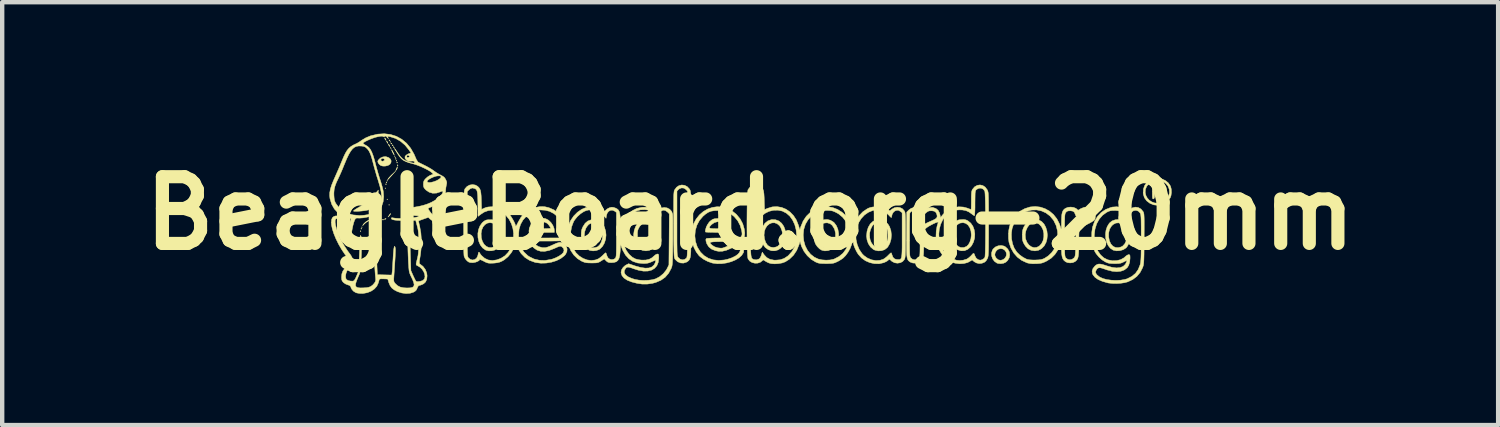
<source format=kicad_pcb>
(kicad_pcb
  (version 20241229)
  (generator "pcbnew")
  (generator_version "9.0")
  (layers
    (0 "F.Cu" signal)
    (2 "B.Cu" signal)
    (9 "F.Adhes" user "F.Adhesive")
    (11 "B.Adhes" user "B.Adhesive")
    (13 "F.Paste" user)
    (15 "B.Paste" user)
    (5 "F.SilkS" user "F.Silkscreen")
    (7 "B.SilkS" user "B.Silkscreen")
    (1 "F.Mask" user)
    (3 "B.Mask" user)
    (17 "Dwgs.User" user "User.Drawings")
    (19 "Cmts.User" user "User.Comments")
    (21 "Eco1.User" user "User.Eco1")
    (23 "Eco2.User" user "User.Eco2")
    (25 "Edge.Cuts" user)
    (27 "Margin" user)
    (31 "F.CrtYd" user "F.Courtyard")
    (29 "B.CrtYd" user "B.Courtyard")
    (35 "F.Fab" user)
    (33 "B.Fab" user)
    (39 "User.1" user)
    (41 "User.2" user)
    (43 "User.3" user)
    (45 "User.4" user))
  (footprint "BeagleBoard.org-20mm"
    (layer "F.Cu")
    (at 14.086 1.821)
    (property "Reference" "BeagleBoard.org-20mm" (at 0 0 0) (layer "F.SilkS") (effects (font (size 1.524 1.524) (thickness 0.3))))
    (attr through_hole)
    (fp_poly (pts (xy -8.862 0.318) (xy -8.869 0.325) (xy -8.876 0.318) (xy -8.869 0.31) (xy -8.862 0.318)) (stroke (width 0.01) (type solid)) (fill yes) (layer "F.SilkS"))
    (fp_poly (pts (xy -8.326 -0.572) (xy -8.333 -0.564) (xy -8.34 -0.572) (xy -8.333 -0.579) (xy -8.326 -0.572)) (stroke (width 0.01) (type solid)) (fill yes) (layer "F.SilkS"))
    (fp_poly (pts (xy -8.283 -0.741) (xy -8.29 -0.734) (xy -8.297 -0.741) (xy -8.29 -0.748) (xy -8.283 -0.741)) (stroke (width 0.01) (type solid)) (fill yes) (layer "F.SilkS"))
    (fp_poly (pts (xy -8.283 -0.318) (xy -8.29 -0.31) (xy -8.297 -0.318) (xy -8.29 -0.325) (xy -8.283 -0.318)) (stroke (width 0.01) (type solid)) (fill yes) (layer "F.SilkS"))
    (fp_poly (pts (xy -8.241 -0.191) (xy -8.248 -0.183) (xy -8.255 -0.191) (xy -8.248 -0.198) (xy -8.241 -0.191)) (stroke (width 0.01) (type solid)) (fill yes) (layer "F.SilkS"))
    (fp_poly (pts (xy -8.213 -1.63) (xy -8.22 -1.623) (xy -8.227 -1.63) (xy -8.22 -1.637) (xy -8.213 -1.63)) (stroke (width 0.01) (type solid)) (fill yes) (layer "F.SilkS"))
    (fp_poly (pts (xy -8.213 -1.503) (xy -8.22 -1.496) (xy -8.227 -1.503) (xy -8.22 -1.51) (xy -8.213 -1.503)) (stroke (width 0.01) (type solid)) (fill yes) (layer "F.SilkS"))
    (fp_poly (pts (xy -8.199 -1.475) (xy -8.206 -1.468) (xy -8.213 -1.475) (xy -8.206 -1.482) (xy -8.199 -1.475)) (stroke (width 0.01) (type solid)) (fill yes) (layer "F.SilkS"))
    (fp_poly (pts (xy -8.114 -1.305) (xy -8.121 -1.298) (xy -8.128 -1.305) (xy -8.121 -1.312) (xy -8.114 -1.305)) (stroke (width 0.01) (type solid)) (fill yes) (layer "F.SilkS"))
    (fp_poly (pts (xy -8.1 -1.277) (xy -8.107 -1.27) (xy -8.114 -1.277) (xy -8.107 -1.284) (xy -8.1 -1.277)) (stroke (width 0.01) (type solid)) (fill yes) (layer "F.SilkS"))
    (fp_poly (pts (xy -7.86 0.289) (xy -7.867 0.296) (xy -7.874 0.289) (xy -7.867 0.282) (xy -7.86 0.289)) (stroke (width 0.01) (type solid)) (fill yes) (layer "F.SilkS"))
    (fp_poly (pts (xy -7.846 0.318) (xy -7.853 0.325) (xy -7.86 0.318) (xy -7.853 0.31) (xy -7.846 0.318)) (stroke (width 0.01) (type solid)) (fill yes) (layer "F.SilkS"))
    (fp_poly (pts (xy -8.895 0.4) (xy -8.893 0.417) (xy -8.895 0.419) (xy -8.903 0.417) (xy -8.904 0.409) (xy -8.899 0.398) (xy -8.895 0.4)) (stroke (width 0.01) (type solid)) (fill yes) (layer "F.SilkS"))
    (fp_poly (pts (xy -8.881 0.343) (xy -8.879 0.36) (xy -8.881 0.362) (xy -8.889 0.36) (xy -8.89 0.353) (xy -8.885 0.341) (xy -8.881 0.343)) (stroke (width 0.01) (type solid)) (fill yes) (layer "F.SilkS"))
    (fp_poly (pts (xy -8.372 0.147) (xy -8.376 0.153) (xy -8.39 0.154) (xy -8.405 0.151) (xy -8.399 0.146) (xy -8.377 0.144) (xy -8.372 0.147)) (stroke (width 0.01) (type solid)) (fill yes) (layer "F.SilkS"))
    (fp_poly (pts (xy -8.316 -0.673) (xy -8.314 -0.656) (xy -8.316 -0.654) (xy -8.325 -0.656) (xy -8.326 -0.663) (xy -8.32 -0.675) (xy -8.316 -0.673)) (stroke (width 0.01) (type solid)) (fill yes) (layer "F.SilkS"))
    (fp_poly (pts (xy -8.302 -0.715) (xy -8.3 -0.698) (xy -8.302 -0.696) (xy -8.31 -0.698) (xy -8.311 -0.706) (xy -8.306 -0.717) (xy -8.302 -0.715)) (stroke (width 0.01) (type solid)) (fill yes) (layer "F.SilkS"))
    (fp_poly (pts (xy -8.09 -1.251) (xy -8.089 -1.234) (xy -8.09 -1.232) (xy -8.099 -1.234) (xy -8.1 -1.242) (xy -8.095 -1.253) (xy -8.09 -1.251)) (stroke (width 0.01) (type solid)) (fill yes) (layer "F.SilkS"))
    (fp_poly (pts (xy -8.076 -1.209) (xy -8.075 -1.192) (xy -8.076 -1.19) (xy -8.085 -1.192) (xy -8.086 -1.199) (xy -8.081 -1.211) (xy -8.076 -1.209)) (stroke (width 0.01) (type solid)) (fill yes) (layer "F.SilkS"))
    (fp_poly (pts (xy -8.062 -1.167) (xy -8.06 -1.15) (xy -8.062 -1.148) (xy -8.071 -1.15) (xy -8.072 -1.157) (xy -8.066 -1.169) (xy -8.062 -1.167)) (stroke (width 0.01) (type solid)) (fill yes) (layer "F.SilkS"))
    (fp_poly (pts (xy -8.048 -1.103) (xy -8.046 -1.081) (xy -8.049 -1.076) (xy -8.055 -1.08) (xy -8.056 -1.095) (xy -8.053 -1.11) (xy -8.048 -1.103)) (stroke (width 0.01) (type solid)) (fill yes) (layer "F.SilkS"))
    (fp_poly (pts (xy -8.319 0.127) (xy -8.334 0.139) (xy -8.35 0.141) (xy -8.354 0.136) (xy -8.343 0.127) (xy -8.332 0.122) (xy -8.317 0.121) (xy -8.319 0.127)) (stroke (width 0.01) (type solid)) (fill yes) (layer "F.SilkS"))
    (fp_poly (pts (xy -8.243 -1.674) (xy -8.228 -1.66) (xy -8.227 -1.657) (xy -8.233 -1.651) (xy -8.247 -1.664) (xy -8.249 -1.667) (xy -8.251 -1.677) (xy -8.243 -1.674)) (stroke (width 0.01) (type solid)) (fill yes) (layer "F.SilkS"))
    (fp_poly (pts (xy -8.201 -1.603) (xy -8.186 -1.59) (xy -8.184 -1.587) (xy -8.191 -1.581) (xy -8.205 -1.594) (xy -8.207 -1.597) (xy -8.209 -1.606) (xy -8.201 -1.603)) (stroke (width 0.01) (type solid)) (fill yes) (layer "F.SilkS"))
    (fp_poly (pts (xy -8.173 -1.561) (xy -8.157 -1.548) (xy -8.156 -1.544) (xy -8.163 -1.539) (xy -8.177 -1.552) (xy -8.179 -1.554) (xy -8.18 -1.564) (xy -8.173 -1.561)) (stroke (width 0.01) (type solid)) (fill yes) (layer "F.SilkS"))
    (fp_poly (pts (xy -8.144 -1.518) (xy -8.129 -1.505) (xy -8.128 -1.502) (xy -8.135 -1.496) (xy -8.149 -1.509) (xy -8.151 -1.512) (xy -8.152 -1.522) (xy -8.144 -1.518)) (stroke (width 0.01) (type solid)) (fill yes) (layer "F.SilkS"))
    (fp_poly (pts (xy -7.919 0.203) (xy -7.903 0.216) (xy -7.902 0.22) (xy -7.909 0.225) (xy -7.923 0.212) (xy -7.925 0.209) (xy -7.926 0.2) (xy -7.919 0.203)) (stroke (width 0.01) (type solid)) (fill yes) (layer "F.SilkS"))
    (fp_poly (pts (xy -7.89 0.246) (xy -7.875 0.26) (xy -7.878 0.268) (xy -7.88 0.268) (xy -7.892 0.258) (xy -7.897 0.252) (xy -7.898 0.242) (xy -7.89 0.246)) (stroke (width 0.01) (type solid)) (fill yes) (layer "F.SilkS"))
    (fp_poly (pts (xy -8.604 0.146) (xy -8.604 0.151) (xy -8.626 0.152) (xy -8.629 0.152) (xy -8.651 0.15) (xy -8.649 0.146) (xy -8.646 0.145) (xy -8.616 0.143) (xy -8.604 0.146)) (stroke (width 0.01) (type solid)) (fill yes) (layer "F.SilkS"))
    (fp_poly (pts (xy -8.463 0.159) (xy -8.457 0.163) (xy -8.476 0.165) (xy -8.502 0.165) (xy -8.534 0.164) (xy -8.543 0.162) (xy -8.534 0.159) (xy -8.492 0.157) (xy -8.463 0.159)) (stroke (width 0.01) (type solid)) (fill yes) (layer "F.SilkS"))
    (fp_poly (pts (xy -8.336 -1.711) (xy -8.326 -1.693) (xy -8.316 -1.672) (xy -8.318 -1.665) (xy -8.329 -1.676) (xy -8.34 -1.693) (xy -8.349 -1.715) (xy -8.348 -1.722) (xy -8.336 -1.711)) (stroke (width 0.01) (type solid)) (fill yes) (layer "F.SilkS"))
    (fp_poly (pts (xy -8.294 -1.64) (xy -8.283 -1.623) (xy -8.274 -1.601) (xy -8.275 -1.595) (xy -8.287 -1.605) (xy -8.297 -1.623) (xy -8.306 -1.645) (xy -8.305 -1.651) (xy -8.294 -1.64)) (stroke (width 0.01) (type solid)) (fill yes) (layer "F.SilkS"))
    (fp_poly (pts (xy -8.252 -1.57) (xy -8.241 -1.552) (xy -8.232 -1.53) (xy -8.233 -1.524) (xy -8.244 -1.535) (xy -8.255 -1.552) (xy -8.264 -1.574) (xy -8.263 -1.58) (xy -8.252 -1.57)) (stroke (width 0.01) (type solid)) (fill yes) (layer "F.SilkS"))
    (fp_poly (pts (xy -8.213 0.01) (xy -8.222 0.031) (xy -8.245 0.06) (xy -8.251 0.067) (xy -8.27 0.085) (xy -8.273 0.085) (xy -8.268 0.078) (xy -8.243 0.044) (xy -8.229 0.021) (xy -8.217 0.006) (xy -8.213 0.01)) (stroke (width 0.01) (type solid)) (fill yes) (layer "F.SilkS"))
    (fp_poly (pts (xy -8.059 -1.044) (xy -8.059 -1.043) (xy -8.066 -1.016) (xy -8.079 -0.994) (xy -8.095 -0.975) (xy -8.096 -0.979) (xy -8.088 -0.995) (xy -8.074 -1.028) (xy -8.068 -1.044) (xy -8.061 -1.058) (xy -8.059 -1.044)) (stroke (width 0.01) (type solid)) (fill yes) (layer "F.SilkS"))
    (fp_poly (pts (xy -8.184 -0.868) (xy -8.224 -0.824) (xy -8.256 -0.789) (xy -8.277 -0.767) (xy -8.281 -0.762) (xy -8.28 -0.767) (xy -8.272 -0.783) (xy -8.255 -0.806) (xy -8.223 -0.841) (xy -8.183 -0.882) (xy -8.175 -0.889) (xy -8.094 -0.967) (xy -8.184 -0.868)) (stroke (width 0.01) (type solid)) (fill yes) (layer "F.SilkS"))
    (fp_poly (pts (xy -8.182 -1.442) (xy -8.166 -1.415) (xy -8.149 -1.381) (xy -8.135 -1.351) (xy -8.131 -1.333) (xy -8.131 -1.332) (xy -8.14 -1.341) (xy -8.156 -1.368) (xy -8.167 -1.39) (xy -8.184 -1.426) (xy -8.192 -1.449) (xy -8.192 -1.453) (xy -8.182 -1.442)) (stroke (width 0.01) (type solid)) (fill yes) (layer "F.SilkS"))
    (fp_poly (pts (xy -8.69 0.161) (xy -8.711 0.173) (xy -8.729 0.182) (xy -8.776 0.211) (xy -8.818 0.248) (xy -8.825 0.256) (xy -8.845 0.278) (xy -8.853 0.282) (xy -8.85 0.275) (xy -8.822 0.236) (xy -8.781 0.199) (xy -8.737 0.17) (xy -8.697 0.156) (xy -8.69 0.156) (xy -8.69 0.161)) (stroke (width 0.01) (type solid)) (fill yes) (layer "F.SilkS"))
    (fp_poly (pts (xy -7.171 -0.136) (xy -7.17 -0.135) (xy -7.156 -0.119) (xy -7.137 -0.089) (xy -7.118 -0.054) (xy -7.104 -0.024) (xy -7.1 -0.007) (xy -7.101 -0.007) (xy -7.11 -0.015) (xy -7.128 -0.041) (xy -7.14 -0.061) (xy -7.167 -0.106) (xy -7.179 -0.131) (xy -7.18 -0.139) (xy -7.171 -0.136)) (stroke (width 0.01) (type solid)) (fill yes) (layer "F.SilkS"))
    (fp_poly (pts (xy -8.499 -0.416) (xy -8.513 -0.306) (xy -8.549 -0.216) (xy -8.605 -0.144) (xy -8.681 -0.093) (xy -8.718 -0.077) (xy -8.758 -0.067) (xy -8.812 -0.058) (xy -8.874 -0.051) (xy -8.936 -0.046) (xy -8.993 -0.043) (xy -9.037 -0.044) (xy -9.061 -0.049) (xy -9.063 -0.05) (xy -9.056 -0.061) (xy -9.028 -0.082) (xy -8.984 -0.11) (xy -8.928 -0.143) (xy -8.925 -0.144) (xy -8.795 -0.228) (xy -8.676 -0.326) (xy -8.564 -0.445) (xy -8.547 -0.466) (xy -8.494 -0.529) (xy -8.499 -0.416)) (stroke (width 0.01) (type solid)) (fill yes) (layer "F.SilkS"))
    (fp_poly (pts (xy -8.318 -1.292) (xy -8.257 -1.271) (xy -8.218 -1.238) (xy -8.201 -1.198) (xy -8.205 -1.157) (xy -8.229 -1.119) (xy -8.274 -1.091) (xy -8.336 -1.077) (xy -8.388 -1.077) (xy -8.431 -1.087) (xy -8.438 -1.09) (xy -8.471 -1.116) (xy -8.494 -1.145) (xy -8.506 -1.174) (xy -8.503 -1.198) (xy -8.495 -1.21) (xy -8.437 -1.21) (xy -8.421 -1.195) (xy -8.403 -1.187) (xy -8.401 -1.186) (xy -8.388 -1.19) (xy -8.376 -1.194) (xy -8.354 -1.211) (xy -8.354 -1.231) (xy -8.371 -1.247) (xy -8.399 -1.251) (xy -8.41 -1.249) (xy -8.433 -1.232) (xy -8.437 -1.21) (xy -8.495 -1.21) (xy -8.489 -1.22) (xy -8.448 -1.26) (xy -8.392 -1.286) (xy -8.333 -1.294) (xy -8.318 -1.292)) (stroke (width 0.01) (type solid)) (fill yes) (layer "F.SilkS"))
    (fp_poly (pts (xy 5.8 0.75) (xy 5.829 0.766) (xy 5.885 0.818) (xy 5.919 0.882) (xy 5.929 0.951) (xy 5.916 1.019) (xy 5.88 1.081) (xy 5.84 1.118) (xy 5.789 1.142) (xy 5.726 1.152) (xy 5.664 1.147) (xy 5.636 1.138) (xy 5.58 1.098) (xy 5.539 1.042) (xy 5.517 0.977) (xy 5.516 0.951) (xy 5.588 0.951) (xy 5.597 0.984) (xy 5.619 1.022) (xy 5.625 1.029) (xy 5.67 1.065) (xy 5.723 1.075) (xy 5.777 1.06) (xy 5.815 1.031) (xy 5.847 0.983) (xy 5.856 0.932) (xy 5.844 0.884) (xy 5.816 0.844) (xy 5.774 0.817) (xy 5.723 0.808) (xy 5.671 0.819) (xy 5.628 0.851) (xy 5.598 0.899) (xy 5.588 0.951) (xy 5.516 0.951) (xy 5.514 0.908) (xy 5.533 0.844) (xy 5.55 0.817) (xy 5.601 0.771) (xy 5.665 0.744) (xy 5.734 0.736) (xy 5.8 0.75)) (stroke (width 0.01) (type solid)) (fill yes) (layer "F.SilkS"))
    (fp_poly (pts (xy -4.7 0.118) (xy -4.668 0.126) (xy -4.606 0.159) (xy -4.55 0.213) (xy -4.506 0.279) (xy -4.479 0.349) (xy -4.474 0.392) (xy -4.473 0.437) (xy -5.052 0.437) (xy -5.052 0.391) (xy -5.043 0.342) (xy -4.967 0.342) (xy -4.954 0.346) (xy -4.917 0.349) (xy -4.862 0.351) (xy -4.794 0.353) (xy -4.763 0.353) (xy -4.69 0.352) (xy -4.629 0.35) (xy -4.584 0.347) (xy -4.56 0.344) (xy -4.558 0.342) (xy -4.568 0.315) (xy -4.592 0.279) (xy -4.622 0.244) (xy -4.652 0.221) (xy -4.653 0.221) (xy -4.719 0.195) (xy -4.778 0.19) (xy -4.838 0.207) (xy -4.849 0.212) (xy -4.892 0.24) (xy -4.931 0.277) (xy -4.958 0.314) (xy -4.967 0.342) (xy -5.043 0.342) (xy -5.041 0.331) (xy -5.012 0.267) (xy -4.971 0.207) (xy -4.924 0.162) (xy -4.924 0.161) (xy -4.857 0.13) (xy -4.778 0.115) (xy -4.7 0.118)) (stroke (width 0.01) (type solid)) (fill yes) (layer "F.SilkS"))
    (fp_poly (pts (xy -0.669 0.122) (xy -0.629 0.128) (xy -0.596 0.142) (xy -0.569 0.159) (xy -0.506 0.219) (xy -0.462 0.297) (xy -0.443 0.372) (xy -0.434 0.437) (xy -0.722 0.437) (xy -0.81 0.437) (xy -0.888 0.436) (xy -0.951 0.434) (xy -0.996 0.432) (xy -1.019 0.429) (xy -1.02 0.429) (xy -1.025 0.407) (xy -1.018 0.367) (xy -1.002 0.317) (xy -0.931 0.317) (xy -0.93 0.334) (xy -0.91 0.344) (xy -0.868 0.35) (xy -0.802 0.352) (xy -0.728 0.353) (xy -0.649 0.353) (xy -0.593 0.352) (xy -0.558 0.35) (xy -0.539 0.345) (xy -0.531 0.339) (xy -0.531 0.329) (xy -0.532 0.324) (xy -0.555 0.281) (xy -0.596 0.239) (xy -0.647 0.208) (xy -0.671 0.199) (xy -0.745 0.193) (xy -0.817 0.213) (xy -0.882 0.258) (xy -0.885 0.261) (xy -0.915 0.294) (xy -0.931 0.317) (xy -1.002 0.317) (xy -1.001 0.315) (xy -0.978 0.265) (xy -0.933 0.199) (xy -0.886 0.159) (xy -0.85 0.137) (xy -0.814 0.126) (xy -0.769 0.121) (xy -0.727 0.12) (xy -0.669 0.122)) (stroke (width 0.01) (type solid)) (fill yes) (layer "F.SilkS"))
    (fp_poly (pts (xy 9.345 -0.663) (xy 9.387 -0.637) (xy 9.411 -0.601) (xy 9.415 -0.559) (xy 9.395 -0.514) (xy 9.387 -0.505) (xy 9.374 -0.482) (xy 9.382 -0.461) (xy 9.384 -0.459) (xy 9.398 -0.431) (xy 9.41 -0.39) (xy 9.412 -0.381) (xy 9.417 -0.345) (xy 9.413 -0.328) (xy 9.397 -0.325) (xy 9.396 -0.325) (xy 9.372 -0.338) (xy 9.361 -0.363) (xy 9.34 -0.42) (xy 9.31 -0.455) (xy 9.279 -0.466) (xy 9.258 -0.463) (xy 9.247 -0.449) (xy 9.241 -0.417) (xy 9.24 -0.399) (xy 9.234 -0.355) (xy 9.223 -0.333) (xy 9.211 -0.327) (xy 9.201 -0.328) (xy 9.194 -0.336) (xy 9.189 -0.358) (xy 9.187 -0.397) (xy 9.186 -0.458) (xy 9.186 -0.492) (xy 9.186 -0.506) (xy 9.227 -0.506) (xy 9.286 -0.511) (xy 9.328 -0.517) (xy 9.35 -0.532) (xy 9.357 -0.547) (xy 9.358 -0.583) (xy 9.337 -0.613) (xy 9.301 -0.631) (xy 9.274 -0.632) (xy 9.249 -0.626) (xy 9.237 -0.61) (xy 9.232 -0.575) (xy 9.231 -0.567) (xy 9.227 -0.506) (xy 9.186 -0.506) (xy 9.186 -0.661) (xy 9.227 -0.67) (xy 9.291 -0.675) (xy 9.345 -0.663)) (stroke (width 0.01) (type solid)) (fill yes) (layer "F.SilkS"))
    (fp_poly (pts (xy 9.406 -0.783) (xy 9.485 -0.747) (xy 9.551 -0.694) (xy 9.599 -0.624) (xy 9.604 -0.612) (xy 9.62 -0.548) (xy 9.623 -0.474) (xy 9.613 -0.401) (xy 9.596 -0.354) (xy 9.544 -0.282) (xy 9.475 -0.227) (xy 9.394 -0.194) (xy 9.306 -0.181) (xy 9.217 -0.192) (xy 9.133 -0.226) (xy 9.057 -0.284) (xy 9.006 -0.354) (xy 8.98 -0.437) (xy 8.978 -0.458) (xy 8.979 -0.477) (xy 9.024 -0.477) (xy 9.038 -0.411) (xy 9.069 -0.351) (xy 9.115 -0.299) (xy 9.173 -0.26) (xy 9.24 -0.235) (xy 9.315 -0.23) (xy 9.393 -0.245) (xy 9.436 -0.264) (xy 9.496 -0.309) (xy 9.544 -0.372) (xy 9.573 -0.443) (xy 9.578 -0.469) (xy 9.573 -0.548) (xy 9.544 -0.621) (xy 9.492 -0.683) (xy 9.423 -0.73) (xy 9.385 -0.746) (xy 9.302 -0.76) (xy 9.221 -0.746) (xy 9.143 -0.704) (xy 9.108 -0.676) (xy 9.056 -0.612) (xy 9.029 -0.545) (xy 9.024 -0.477) (xy 8.979 -0.477) (xy 8.983 -0.552) (xy 9.013 -0.637) (xy 9.068 -0.708) (xy 9.144 -0.762) (xy 9.147 -0.764) (xy 9.232 -0.793) (xy 9.32 -0.799) (xy 9.406 -0.783)) (stroke (width 0.01) (type solid)) (fill yes) (layer "F.SilkS"))
    (fp_poly (pts (xy 0.581 0.149) (xy 0.655 0.177) (xy 0.718 0.228) (xy 0.768 0.3) (xy 0.801 0.388) (xy 0.815 0.466) (xy 0.813 0.566) (xy 0.793 0.656) (xy 0.755 0.732) (xy 0.703 0.793) (xy 0.64 0.836) (xy 0.568 0.858) (xy 0.491 0.857) (xy 0.413 0.831) (xy 0.344 0.782) (xy 0.294 0.711) (xy 0.263 0.62) (xy 0.249 0.507) (xy 0.249 0.502) (xy 0.317 0.502) (xy 0.328 0.588) (xy 0.354 0.666) (xy 0.395 0.727) (xy 0.406 0.738) (xy 0.463 0.772) (xy 0.529 0.783) (xy 0.595 0.77) (xy 0.635 0.75) (xy 0.671 0.712) (xy 0.704 0.657) (xy 0.73 0.592) (xy 0.742 0.543) (xy 0.742 0.475) (xy 0.726 0.4) (xy 0.699 0.329) (xy 0.67 0.284) (xy 0.616 0.239) (xy 0.557 0.218) (xy 0.496 0.22) (xy 0.438 0.244) (xy 0.387 0.287) (xy 0.347 0.349) (xy 0.325 0.416) (xy 0.317 0.502) (xy 0.249 0.502) (xy 0.249 0.494) (xy 0.25 0.431) (xy 0.257 0.384) (xy 0.272 0.339) (xy 0.287 0.306) (xy 0.338 0.229) (xy 0.402 0.176) (xy 0.48 0.148) (xy 0.499 0.145) (xy 0.581 0.149)) (stroke (width 0.01) (type solid)) (fill yes) (layer "F.SilkS"))
    (fp_poly (pts (xy 1.834 0.16) (xy 1.904 0.203) (xy 1.923 0.221) (xy 1.972 0.288) (xy 2.005 0.37) (xy 2.021 0.461) (xy 2.021 0.554) (xy 2.004 0.643) (xy 1.97 0.721) (xy 1.929 0.773) (xy 1.861 0.823) (xy 1.784 0.853) (xy 1.705 0.86) (xy 1.637 0.845) (xy 1.585 0.813) (xy 1.533 0.761) (xy 1.491 0.699) (xy 1.472 0.644) (xy 1.461 0.571) (xy 1.458 0.501) (xy 1.531 0.501) (xy 1.533 0.564) (xy 1.539 0.609) (xy 1.551 0.646) (xy 1.566 0.676) (xy 1.612 0.733) (xy 1.67 0.77) (xy 1.734 0.785) (xy 1.799 0.776) (xy 1.848 0.75) (xy 1.897 0.697) (xy 1.931 0.626) (xy 1.949 0.545) (xy 1.95 0.46) (xy 1.932 0.377) (xy 1.917 0.344) (xy 1.876 0.278) (xy 1.827 0.238) (xy 1.766 0.22) (xy 1.738 0.219) (xy 1.664 0.23) (xy 1.606 0.265) (xy 1.565 0.323) (xy 1.54 0.402) (xy 1.531 0.501) (xy 1.458 0.501) (xy 1.458 0.49) (xy 1.463 0.411) (xy 1.476 0.342) (xy 1.491 0.303) (xy 1.544 0.23) (xy 1.609 0.178) (xy 1.682 0.149) (xy 1.758 0.142) (xy 1.834 0.16)) (stroke (width 0.01) (type solid)) (fill yes) (layer "F.SilkS"))
    (fp_poly (pts (xy 8.492 0.157) (xy 8.524 0.17) (xy 8.585 0.216) (xy 8.633 0.282) (xy 8.666 0.363) (xy 8.683 0.454) (xy 8.684 0.549) (xy 8.667 0.642) (xy 8.638 0.717) (xy 8.614 0.757) (xy 8.589 0.789) (xy 8.584 0.793) (xy 8.523 0.832) (xy 8.448 0.854) (xy 8.369 0.859) (xy 8.297 0.844) (xy 8.29 0.841) (xy 8.227 0.799) (xy 8.178 0.737) (xy 8.142 0.66) (xy 8.122 0.574) (xy 8.12 0.539) (xy 8.189 0.539) (xy 8.206 0.629) (xy 8.239 0.701) (xy 8.286 0.753) (xy 8.344 0.782) (xy 8.408 0.786) (xy 8.457 0.775) (xy 8.499 0.757) (xy 8.507 0.752) (xy 8.556 0.7) (xy 8.589 0.631) (xy 8.606 0.552) (xy 8.606 0.468) (xy 8.59 0.387) (xy 8.556 0.316) (xy 8.536 0.29) (xy 8.478 0.241) (xy 8.415 0.219) (xy 8.352 0.225) (xy 8.291 0.257) (xy 8.256 0.29) (xy 8.211 0.362) (xy 8.189 0.45) (xy 8.189 0.539) (xy 8.12 0.539) (xy 8.117 0.482) (xy 8.128 0.391) (xy 8.156 0.306) (xy 8.202 0.231) (xy 8.211 0.221) (xy 8.267 0.176) (xy 8.338 0.15) (xy 8.416 0.143) (xy 8.492 0.157)) (stroke (width 0.01) (type solid)) (fill yes) (layer "F.SilkS"))
    (fp_poly (pts (xy 3.017 0.153) (xy 3.085 0.187) (xy 3.145 0.244) (xy 3.184 0.306) (xy 3.215 0.397) (xy 3.226 0.496) (xy 3.218 0.596) (xy 3.19 0.689) (xy 3.145 0.768) (xy 3.128 0.788) (xy 3.071 0.832) (xy 2.999 0.856) (xy 2.923 0.86) (xy 2.849 0.843) (xy 2.817 0.828) (xy 2.75 0.771) (xy 2.7 0.696) (xy 2.669 0.608) (xy 2.661 0.535) (xy 2.728 0.535) (xy 2.742 0.613) (xy 2.772 0.681) (xy 2.816 0.736) (xy 2.872 0.774) (xy 2.939 0.79) (xy 2.947 0.79) (xy 2.994 0.783) (xy 3.036 0.766) (xy 3.068 0.737) (xy 3.1 0.692) (xy 3.114 0.667) (xy 3.132 0.624) (xy 3.143 0.586) (xy 3.146 0.542) (xy 3.145 0.481) (xy 3.141 0.42) (xy 3.133 0.378) (xy 3.119 0.344) (xy 3.097 0.308) (xy 3.045 0.254) (xy 2.986 0.223) (xy 2.923 0.214) (xy 2.863 0.228) (xy 2.81 0.265) (xy 2.788 0.293) (xy 2.749 0.372) (xy 2.729 0.454) (xy 2.728 0.535) (xy 2.661 0.535) (xy 2.659 0.512) (xy 2.67 0.411) (xy 2.698 0.321) (xy 2.744 0.243) (xy 2.804 0.187) (xy 2.872 0.153) (xy 2.944 0.142) (xy 3.017 0.153)) (stroke (width 0.01) (type solid)) (fill yes) (layer "F.SilkS"))
    (fp_poly (pts (xy 6.594 0.154) (xy 6.659 0.19) (xy 6.713 0.247) (xy 6.753 0.321) (xy 6.779 0.406) (xy 6.789 0.499) (xy 6.78 0.593) (xy 6.76 0.665) (xy 6.717 0.746) (xy 6.657 0.807) (xy 6.586 0.846) (xy 6.505 0.86) (xy 6.419 0.847) (xy 6.418 0.847) (xy 6.349 0.813) (xy 6.291 0.754) (xy 6.258 0.703) (xy 6.237 0.661) (xy 6.224 0.624) (xy 6.218 0.581) (xy 6.216 0.522) (xy 6.216 0.508) (xy 6.217 0.487) (xy 6.283 0.487) (xy 6.289 0.572) (xy 6.292 0.587) (xy 6.323 0.665) (xy 6.368 0.725) (xy 6.423 0.766) (xy 6.483 0.785) (xy 6.545 0.78) (xy 6.604 0.751) (xy 6.656 0.695) (xy 6.691 0.624) (xy 6.708 0.544) (xy 6.708 0.46) (xy 6.69 0.379) (xy 6.655 0.307) (xy 6.602 0.25) (xy 6.599 0.248) (xy 6.547 0.225) (xy 6.486 0.218) (xy 6.428 0.229) (xy 6.384 0.255) (xy 6.334 0.32) (xy 6.299 0.4) (xy 6.283 0.487) (xy 6.217 0.487) (xy 6.217 0.443) (xy 6.223 0.395) (xy 6.235 0.354) (xy 6.255 0.308) (xy 6.256 0.306) (xy 6.307 0.231) (xy 6.372 0.178) (xy 6.448 0.147) (xy 6.53 0.141) (xy 6.594 0.154)) (stroke (width 0.01) (type solid)) (fill yes) (layer "F.SilkS"))
    (fp_poly (pts (xy 4.929 0.152) (xy 4.968 0.169) (xy 4.974 0.173) (xy 5.039 0.226) (xy 5.088 0.297) (xy 5.119 0.381) (xy 5.132 0.472) (xy 5.127 0.566) (xy 5.102 0.656) (xy 5.059 0.739) (xy 5.034 0.769) (xy 4.968 0.826) (xy 4.895 0.856) (xy 4.816 0.858) (xy 4.734 0.833) (xy 4.729 0.83) (xy 4.662 0.782) (xy 4.611 0.713) (xy 4.576 0.627) (xy 4.56 0.527) (xy 4.56 0.465) (xy 4.561 0.464) (xy 4.636 0.464) (xy 4.637 0.549) (xy 4.64 0.568) (xy 4.665 0.65) (xy 4.705 0.715) (xy 4.756 0.761) (xy 4.815 0.784) (xy 4.879 0.784) (xy 4.943 0.758) (xy 4.948 0.755) (xy 4.987 0.715) (xy 5.019 0.656) (xy 5.042 0.584) (xy 5.051 0.507) (xy 5.052 0.497) (xy 5.043 0.405) (xy 5.017 0.329) (xy 4.977 0.27) (xy 4.925 0.231) (xy 4.863 0.215) (xy 4.794 0.225) (xy 4.792 0.225) (xy 4.734 0.259) (xy 4.687 0.313) (xy 4.653 0.383) (xy 4.636 0.464) (xy 4.561 0.464) (xy 4.578 0.363) (xy 4.618 0.274) (xy 4.678 0.202) (xy 4.689 0.193) (xy 4.726 0.167) (xy 4.764 0.152) (xy 4.815 0.146) (xy 4.83 0.145) (xy 4.887 0.144) (xy 4.929 0.152)) (stroke (width 0.01) (type solid)) (fill yes) (layer "F.SilkS"))
    (fp_poly (pts (xy -3.51 0.15) (xy -3.438 0.182) (xy -3.377 0.236) (xy -3.331 0.313) (xy -3.301 0.407) (xy -3.292 0.501) (xy -3.302 0.595) (xy -3.33 0.682) (xy -3.373 0.757) (xy -3.429 0.814) (xy -3.451 0.829) (xy -3.515 0.852) (xy -3.588 0.86) (xy -3.657 0.85) (xy -3.69 0.837) (xy -3.741 0.806) (xy -3.778 0.769) (xy -3.812 0.717) (xy -3.821 0.699) (xy -3.841 0.657) (xy -3.852 0.616) (xy -3.857 0.566) (xy -3.859 0.508) (xy -3.859 0.506) (xy -3.789 0.506) (xy -3.781 0.588) (xy -3.758 0.663) (xy -3.721 0.725) (xy -3.678 0.763) (xy -3.617 0.786) (xy -3.55 0.787) (xy -3.488 0.768) (xy -3.483 0.766) (xy -3.437 0.723) (xy -3.401 0.66) (xy -3.378 0.585) (xy -3.369 0.503) (xy -3.376 0.421) (xy -3.397 0.352) (xy -3.435 0.284) (xy -3.48 0.242) (xy -3.534 0.221) (xy -3.57 0.219) (xy -3.636 0.228) (xy -3.688 0.256) (xy -3.732 0.308) (xy -3.754 0.346) (xy -3.78 0.423) (xy -3.789 0.506) (xy -3.859 0.506) (xy -3.858 0.443) (xy -3.853 0.396) (xy -3.841 0.355) (xy -3.821 0.309) (xy -3.819 0.306) (xy -3.77 0.23) (xy -3.709 0.178) (xy -3.633 0.15) (xy -3.593 0.144) (xy -3.51 0.15)) (stroke (width 0.01) (type solid)) (fill yes) (layer "F.SilkS"))
    (fp_poly (pts (xy -2.273 0.161) (xy -2.224 0.189) (xy -2.166 0.249) (xy -2.124 0.328) (xy -2.099 0.417) (xy -2.09 0.512) (xy -2.099 0.606) (xy -2.126 0.693) (xy -2.17 0.764) (xy -2.229 0.815) (xy -2.302 0.847) (xy -2.38 0.859) (xy -2.456 0.849) (xy -2.477 0.841) (xy -2.52 0.813) (xy -2.567 0.768) (xy -2.607 0.716) (xy -2.632 0.671) (xy -2.657 0.579) (xy -2.661 0.501) (xy -2.575 0.501) (xy -2.574 0.564) (xy -2.567 0.61) (xy -2.555 0.649) (xy -2.54 0.677) (xy -2.493 0.739) (xy -2.435 0.776) (xy -2.37 0.787) (xy -2.301 0.772) (xy -2.291 0.767) (xy -2.248 0.735) (xy -2.208 0.685) (xy -2.204 0.679) (xy -2.177 0.611) (xy -2.165 0.533) (xy -2.168 0.452) (xy -2.184 0.374) (xy -2.213 0.307) (xy -2.254 0.257) (xy -2.267 0.247) (xy -2.333 0.218) (xy -2.399 0.216) (xy -2.461 0.24) (xy -2.514 0.289) (xy -2.535 0.32) (xy -2.556 0.359) (xy -2.568 0.395) (xy -2.574 0.439) (xy -2.575 0.5) (xy -2.575 0.501) (xy -2.661 0.501) (xy -2.662 0.483) (xy -2.648 0.39) (xy -2.616 0.303) (xy -2.568 0.23) (xy -2.506 0.176) (xy -2.497 0.171) (xy -2.426 0.146) (xy -2.348 0.142) (xy -2.273 0.161)) (stroke (width 0.01) (type solid)) (fill yes) (layer "F.SilkS"))
    (fp_poly (pts (xy -5.886 0.15) (xy -5.849 0.156) (xy -5.819 0.17) (xy -5.79 0.191) (xy -5.727 0.258) (xy -5.683 0.341) (xy -5.658 0.433) (xy -5.653 0.53) (xy -5.668 0.625) (xy -5.704 0.712) (xy -5.741 0.763) (xy -5.778 0.801) (xy -5.819 0.831) (xy -5.837 0.841) (xy -5.901 0.857) (xy -5.971 0.859) (xy -6.033 0.845) (xy -6.047 0.839) (xy -6.113 0.791) (xy -6.164 0.724) (xy -6.199 0.644) (xy -6.218 0.555) (xy -6.22 0.463) (xy -6.22 0.461) (xy -6.146 0.461) (xy -6.142 0.552) (xy -6.141 0.561) (xy -6.117 0.643) (xy -6.079 0.709) (xy -6.029 0.756) (xy -5.972 0.782) (xy -5.91 0.786) (xy -5.848 0.764) (xy -5.828 0.751) (xy -5.8 0.723) (xy -5.771 0.681) (xy -5.76 0.662) (xy -5.743 0.625) (xy -5.733 0.588) (xy -5.731 0.543) (xy -5.733 0.491) (xy -5.747 0.394) (xy -5.777 0.316) (xy -5.822 0.259) (xy -5.873 0.228) (xy -5.942 0.215) (xy -6.004 0.226) (xy -6.058 0.26) (xy -6.102 0.312) (xy -6.132 0.38) (xy -6.146 0.461) (xy -6.22 0.461) (xy -6.205 0.373) (xy -6.172 0.29) (xy -6.122 0.219) (xy -6.091 0.191) (xy -6.058 0.168) (xy -6.028 0.155) (xy -5.989 0.149) (xy -5.941 0.148) (xy -5.886 0.15)) (stroke (width 0.01) (type solid)) (fill yes) (layer "F.SilkS"))
    (fp_poly (pts (xy 8.481 -0.131) (xy 8.576 -0.09) (xy 8.613 -0.069) (xy 8.635 -0.062) (xy 8.651 -0.067) (xy 8.669 -0.082) (xy 8.733 -0.124) (xy 8.801 -0.14) (xy 8.867 -0.13) (xy 8.928 -0.095) (xy 8.975 -0.039) (xy 8.982 -0.027) (xy 8.988 -0.013) (xy 8.992 0.005) (xy 8.996 0.031) (xy 8.998 0.066) (xy 9 0.113) (xy 9.001 0.176) (xy 9.001 0.258) (xy 9.001 0.359) (xy 9 0.485) (xy 9 0.586) (xy 8.999 0.729) (xy 8.998 0.846) (xy 8.997 0.942) (xy 8.995 1.018) (xy 8.993 1.077) (xy 8.99 1.123) (xy 8.987 1.158) (xy 8.983 1.185) (xy 8.977 1.207) (xy 8.97 1.227) (xy 8.963 1.246) (xy 8.907 1.354) (xy 8.833 1.442) (xy 8.739 1.513) (xy 8.625 1.567) (xy 8.555 1.586) (xy 8.467 1.599) (xy 8.37 1.605) (xy 8.274 1.603) (xy 8.188 1.594) (xy 8.163 1.589) (xy 8.042 1.554) (xy 7.948 1.513) (xy 7.878 1.464) (xy 7.831 1.406) (xy 7.818 1.377) (xy 7.811 1.321) (xy 7.83 1.263) (xy 7.874 1.208) (xy 7.882 1.2) (xy 7.916 1.175) (xy 7.951 1.162) (xy 7.992 1.16) (xy 8.045 1.17) (xy 8.116 1.191) (xy 8.147 1.202) (xy 8.266 1.236) (xy 8.368 1.249) (xy 8.454 1.241) (xy 8.522 1.213) (xy 8.572 1.165) (xy 8.6 1.104) (xy 8.604 1.087) (xy 8.6 1.082) (xy 8.582 1.088) (xy 8.545 1.106) (xy 8.535 1.111) (xy 8.495 1.13) (xy 8.459 1.142) (xy 8.417 1.148) (xy 8.36 1.15) (xy 8.326 1.15) (xy 8.258 1.149) (xy 8.21 1.145) (xy 8.17 1.136) (xy 8.131 1.12) (xy 8.112 1.111) (xy 8.038 1.064) (xy 7.966 0.999) (xy 7.905 0.926) (xy 7.876 0.88) (xy 7.839 0.784) (xy 7.815 0.672) (xy 7.803 0.552) (xy 7.803 0.533) (xy 7.86 0.533) (xy 7.87 0.654) (xy 7.9 0.767) (xy 7.946 0.868) (xy 8.006 0.953) (xy 8.079 1.019) (xy 8.162 1.061) (xy 8.175 1.065) (xy 8.276 1.085) (xy 8.374 1.082) (xy 8.463 1.06) (xy 8.538 1.019) (xy 8.566 0.994) (xy 8.602 0.964) (xy 8.636 0.947) (xy 8.646 0.945) (xy 8.664 0.948) (xy 8.674 0.959) (xy 8.677 0.986) (xy 8.678 1.027) (xy 8.669 1.113) (xy 8.647 1.188) (xy 8.613 1.244) (xy 8.613 1.244) (xy 8.549 1.294) (xy 8.469 1.324) (xy 8.373 1.334) (xy 8.267 1.324) (xy 8.152 1.294) (xy 8.129 1.286) (xy 8.057 1.261) (xy 8.006 1.247) (xy 7.97 1.245) (xy 7.944 1.254) (xy 7.922 1.273) (xy 7.917 1.279) (xy 7.893 1.323) (xy 7.892 1.363) (xy 7.917 1.403) (xy 7.967 1.445) (xy 7.988 1.459) (xy 8.058 1.491) (xy 8.147 1.515) (xy 8.249 1.529) (xy 8.356 1.534) (xy 8.461 1.529) (xy 8.556 1.513) (xy 8.612 1.497) (xy 8.718 1.443) (xy 8.802 1.374) (xy 8.864 1.286) (xy 8.907 1.179) (xy 8.911 1.165) (xy 8.917 1.137) (xy 8.921 1.102) (xy 8.925 1.057) (xy 8.928 0.998) (xy 8.93 0.924) (xy 8.931 0.831) (xy 8.932 0.715) (xy 8.932 0.575) (xy 8.932 0.558) (xy 8.932 0.422) (xy 8.932 0.312) (xy 8.931 0.223) (xy 8.93 0.155) (xy 8.928 0.103) (xy 8.925 0.064) (xy 8.922 0.036) (xy 8.917 0.017) (xy 8.911 0.002) (xy 8.905 -0.009) (xy 8.866 -0.049) (xy 8.814 -0.066) (xy 8.759 -0.058) (xy 8.726 -0.036) (xy 8.699 0.002) (xy 8.675 0.062) (xy 8.672 0.074) (xy 8.656 0.126) (xy 8.607 0.061) (xy 8.555 0.002) (xy 8.499 -0.036) (xy 8.43 -0.056) (xy 8.343 -0.063) (xy 8.333 -0.063) (xy 8.271 -0.062) (xy 8.226 -0.056) (xy 8.187 -0.043) (xy 8.144 -0.022) (xy 8.05 0.046) (xy 7.973 0.135) (xy 7.915 0.241) (xy 7.877 0.364) (xy 7.861 0.499) (xy 7.86 0.533) (xy 7.803 0.533) (xy 7.804 0.432) (xy 7.82 0.322) (xy 7.825 0.304) (xy 7.871 0.179) (xy 7.937 0.07) (xy 8.021 -0.019) (xy 8.122 -0.087) (xy 8.237 -0.132) (xy 8.272 -0.141) (xy 8.376 -0.148) (xy 8.481 -0.131)) (stroke (width 0.01) (type solid)) (fill yes) (layer "F.SilkS"))
    (fp_poly (pts (xy 6.625 -0.141) (xy 6.735 -0.105) (xy 6.837 -0.048) (xy 6.928 0.029) (xy 7.005 0.126) (xy 7.064 0.241) (xy 7.091 0.32) (xy 7.098 0.346) (xy 7.104 0.358) (xy 7.107 0.354) (xy 7.109 0.33) (xy 7.11 0.284) (xy 7.111 0.213) (xy 7.111 0.2) (xy 7.113 0.104) (xy 7.119 0.032) (xy 7.13 -0.021) (xy 7.148 -0.061) (xy 7.173 -0.091) (xy 7.206 -0.114) (xy 7.26 -0.135) (xy 7.323 -0.141) (xy 7.387 -0.133) (xy 7.44 -0.112) (xy 7.456 -0.1) (xy 7.491 -0.068) (xy 7.553 -0.105) (xy 7.625 -0.134) (xy 7.698 -0.141) (xy 7.766 -0.128) (xy 7.824 -0.096) (xy 7.866 -0.045) (xy 7.866 -0.044) (xy 7.883 0.008) (xy 7.887 0.066) (xy 7.88 0.121) (xy 7.866 0.152) (xy 7.845 0.171) (xy 7.804 0.197) (xy 7.749 0.228) (xy 7.697 0.254) (xy 7.626 0.29) (xy 7.577 0.318) (xy 7.546 0.343) (xy 7.529 0.366) (xy 7.529 0.366) (xy 7.521 0.387) (xy 7.515 0.416) (xy 7.511 0.459) (xy 7.509 0.52) (xy 7.507 0.601) (xy 7.507 0.694) (xy 7.507 0.804) (xy 7.504 0.889) (xy 7.499 0.955) (xy 7.491 1.003) (xy 7.479 1.04) (xy 7.461 1.068) (xy 7.438 1.091) (xy 7.419 1.106) (xy 7.369 1.128) (xy 7.308 1.135) (xy 7.247 1.127) (xy 7.202 1.106) (xy 7.166 1.075) (xy 7.141 1.038) (xy 7.125 0.99) (xy 7.115 0.926) (xy 7.111 0.842) (xy 7.111 0.812) (xy 7.11 0.642) (xy 7.085 0.713) (xy 7.03 0.839) (xy 6.962 0.941) (xy 6.879 1.024) (xy 6.778 1.089) (xy 6.766 1.095) (xy 6.711 1.121) (xy 6.666 1.137) (xy 6.619 1.146) (xy 6.56 1.151) (xy 6.53 1.152) (xy 6.452 1.153) (xy 6.392 1.148) (xy 6.339 1.137) (xy 6.322 1.132) (xy 6.205 1.078) (xy 6.104 1.003) (xy 6.02 0.907) (xy 5.956 0.794) (xy 5.913 0.666) (xy 5.912 0.662) (xy 5.901 0.577) (xy 5.9 0.482) (xy 5.901 0.465) (xy 5.967 0.465) (xy 5.971 0.582) (xy 5.993 0.695) (xy 6.032 0.798) (xy 6.089 0.885) (xy 6.09 0.887) (xy 6.157 0.952) (xy 6.235 1.008) (xy 6.312 1.048) (xy 6.327 1.053) (xy 6.379 1.064) (xy 6.453 1.068) (xy 6.519 1.068) (xy 6.592 1.065) (xy 6.645 1.058) (xy 6.689 1.045) (xy 6.724 1.03) (xy 6.809 0.975) (xy 6.888 0.899) (xy 6.952 0.808) (xy 6.975 0.766) (xy 7.013 0.651) (xy 7.028 0.529) (xy 7.026 0.501) (xy 7.183 0.501) (xy 7.183 0.631) (xy 7.183 0.735) (xy 7.184 0.818) (xy 7.185 0.881) (xy 7.187 0.928) (xy 7.19 0.961) (xy 7.194 0.985) (xy 7.199 1.001) (xy 7.206 1.013) (xy 7.211 1.02) (xy 7.254 1.054) (xy 7.304 1.064) (xy 7.356 1.051) (xy 7.397 1.021) (xy 7.407 1.008) (xy 7.416 0.994) (xy 7.422 0.975) (xy 7.426 0.946) (xy 7.43 0.904) (xy 7.432 0.845) (xy 7.434 0.765) (xy 7.437 0.673) (xy 7.44 0.557) (xy 7.444 0.464) (xy 7.449 0.393) (xy 7.455 0.348) (xy 7.46 0.332) (xy 7.487 0.295) (xy 7.527 0.26) (xy 7.584 0.225) (xy 7.663 0.186) (xy 7.669 0.184) (xy 7.724 0.157) (xy 7.77 0.133) (xy 7.799 0.115) (xy 7.806 0.109) (xy 7.817 0.07) (xy 7.811 0.023) (xy 7.795 -0.012) (xy 7.753 -0.051) (xy 7.7 -0.066) (xy 7.641 -0.057) (xy 7.58 -0.025) (xy 7.54 0.009) (xy 7.495 0.05) (xy 7.463 0.067) (xy 7.442 0.062) (xy 7.429 0.035) (xy 7.428 0.032) (xy 7.408 -0.018) (xy 7.376 -0.046) (xy 7.324 -0.056) (xy 7.308 -0.056) (xy 7.263 -0.053) (xy 7.234 -0.042) (xy 7.212 -0.019) (xy 7.204 -0.008) (xy 7.198 0.004) (xy 7.193 0.022) (xy 7.189 0.047) (xy 7.186 0.084) (xy 7.185 0.134) (xy 7.183 0.201) (xy 7.183 0.287) (xy 7.183 0.397) (xy 7.183 0.501) (xy 7.026 0.501) (xy 7.02 0.404) (xy 6.99 0.283) (xy 6.937 0.173) (xy 6.927 0.156) (xy 6.849 0.063) (xy 6.757 -0.007) (xy 6.655 -0.053) (xy 6.545 -0.076) (xy 6.431 -0.073) (xy 6.318 -0.045) (xy 6.265 -0.021) (xy 6.203 0.02) (xy 6.139 0.08) (xy 6.079 0.15) (xy 6.031 0.223) (xy 6.019 0.247) (xy 5.983 0.351) (xy 5.967 0.465) (xy 5.901 0.465) (xy 5.908 0.387) (xy 5.925 0.301) (xy 5.941 0.254) (xy 5.982 0.172) (xy 6.035 0.091) (xy 6.092 0.02) (xy 6.149 -0.034) (xy 6.162 -0.044) (xy 6.275 -0.106) (xy 6.392 -0.143) (xy 6.51 -0.154) (xy 6.625 -0.141)) (stroke (width 0.01) (type solid)) (fill yes) (layer "F.SilkS"))
    (fp_poly (pts (xy -1.498 -0.638) (xy -1.438 -0.608) (xy -1.388 -0.555) (xy -1.383 -0.547) (xy -1.375 -0.533) (xy -1.369 -0.517) (xy -1.364 -0.496) (xy -1.361 -0.467) (xy -1.358 -0.426) (xy -1.356 -0.371) (xy -1.355 -0.298) (xy -1.354 -0.204) (xy -1.354 -0.087) (xy -1.354 -0.021) (xy -1.353 0.107) (xy -1.353 0.209) (xy -1.352 0.287) (xy -1.351 0.344) (xy -1.349 0.381) (xy -1.346 0.4) (xy -1.343 0.405) (xy -1.34 0.396) (xy -1.335 0.377) (xy -1.334 0.373) (xy -1.294 0.244) (xy -1.234 0.132) (xy -1.159 0.038) (xy -1.07 -0.039) (xy -0.971 -0.096) (xy -0.864 -0.133) (xy -0.753 -0.149) (xy -0.64 -0.142) (xy -0.528 -0.113) (xy -0.421 -0.059) (xy -0.321 0.02) (xy -0.312 0.029) (xy -0.229 0.129) (xy -0.17 0.24) (xy -0.135 0.36) (xy -0.123 0.451) (xy -0.13 0.524) (xy -0.156 0.582) (xy -0.176 0.605) (xy -0.212 0.642) (xy -0.565 0.646) (xy -0.68 0.648) (xy -0.769 0.65) (xy -0.835 0.653) (xy -0.88 0.658) (xy -0.906 0.665) (xy -0.916 0.675) (xy -0.911 0.689) (xy -0.895 0.707) (xy -0.869 0.73) (xy -0.869 0.731) (xy -0.811 0.767) (xy -0.74 0.79) (xy -0.667 0.798) (xy -0.632 0.795) (xy -0.598 0.784) (xy -0.548 0.765) (xy -0.491 0.74) (xy -0.473 0.731) (xy -0.405 0.702) (xy -0.346 0.683) (xy -0.309 0.677) (xy -0.252 0.69) (xy -0.203 0.724) (xy -0.166 0.772) (xy -0.147 0.828) (xy -0.149 0.886) (xy -0.155 0.902) (xy -0.195 0.964) (xy -0.258 1.02) (xy -0.339 1.068) (xy -0.434 1.107) (xy -0.537 1.135) (xy -0.644 1.151) (xy -0.751 1.153) (xy -0.852 1.14) (xy -0.873 1.135) (xy -0.971 1.1) (xy -1.064 1.051) (xy -1.143 0.992) (xy -1.172 0.964) (xy -1.23 0.887) (xy -1.28 0.791) (xy -1.319 0.687) (xy -1.333 0.633) (xy -1.352 0.543) (xy -1.354 0.769) (xy -1.355 0.871) (xy -1.36 0.948) (xy -1.368 1.006) (xy -1.382 1.048) (xy -1.402 1.079) (xy -1.43 1.103) (xy -1.454 1.117) (xy -1.522 1.139) (xy -1.592 1.135) (xy -1.657 1.107) (xy -1.711 1.057) (xy -1.713 1.054) (xy -1.72 1.044) (xy -1.725 1.033) (xy -1.73 1.019) (xy -1.734 0.998) (xy -1.737 0.968) (xy -1.739 0.927) (xy -1.741 0.873) (xy -1.742 0.804) (xy -1.744 0.717) (xy -1.745 0.609) (xy -1.745 0.478) (xy -1.746 0.322) (xy -1.746 0.264) (xy -1.747 0.098) (xy -1.748 -0.042) (xy -1.748 -0.158) (xy -1.748 -0.253) (xy -1.747 -0.33) (xy -1.746 -0.39) (xy -1.744 -0.436) (xy -1.741 -0.47) (xy -1.738 -0.496) (xy -1.736 -0.506) (xy -1.672 -0.506) (xy -1.672 0.233) (xy -1.672 0.396) (xy -1.672 0.534) (xy -1.672 0.647) (xy -1.671 0.74) (xy -1.67 0.814) (xy -1.669 0.872) (xy -1.667 0.916) (xy -1.664 0.948) (xy -1.661 0.971) (xy -1.656 0.987) (xy -1.651 0.998) (xy -1.645 1.008) (xy -1.643 1.011) (xy -1.6 1.048) (xy -1.55 1.064) (xy -1.499 1.056) (xy -1.458 1.027) (xy -1.452 1.02) (xy -1.447 1.009) (xy -1.444 0.992) (xy -1.44 0.968) (xy -1.438 0.934) (xy -1.436 0.887) (xy -1.434 0.826) (xy -1.433 0.747) (xy -1.433 0.649) (xy -1.432 0.529) (xy -1.432 0.516) (xy -1.263 0.516) (xy -1.25 0.64) (xy -1.211 0.761) (xy -1.2 0.784) (xy -1.135 0.887) (xy -1.053 0.968) (xy -0.955 1.028) (xy -0.843 1.065) (xy -0.721 1.078) (xy -0.589 1.067) (xy -0.509 1.049) (xy -0.415 1.017) (xy -0.337 0.978) (xy -0.279 0.936) (xy -0.241 0.89) (xy -0.226 0.845) (xy -0.235 0.801) (xy -0.254 0.776) (xy -0.275 0.758) (xy -0.297 0.751) (xy -0.327 0.754) (xy -0.368 0.769) (xy -0.428 0.796) (xy -0.444 0.804) (xy -0.546 0.847) (xy -0.636 0.868) (xy -0.72 0.87) (xy -0.794 0.855) (xy -0.882 0.819) (xy -0.946 0.767) (xy -0.99 0.697) (xy -1.009 0.637) (xy -1.012 0.598) (xy -1 0.577) (xy -1 0.577) (xy -0.981 0.574) (xy -0.938 0.571) (xy -0.875 0.568) (xy -0.795 0.566) (xy -0.702 0.565) (xy -0.604 0.565) (xy -0.226 0.564) (xy -0.202 0.528) (xy -0.19 0.504) (xy -0.185 0.477) (xy -0.188 0.439) (xy -0.194 0.399) (xy -0.228 0.28) (xy -0.285 0.171) (xy -0.364 0.077) (xy -0.459 0.002) (xy -0.506 -0.025) (xy -0.547 -0.043) (xy -0.584 -0.055) (xy -0.625 -0.061) (xy -0.68 -0.063) (xy -0.727 -0.063) (xy -0.821 -0.059) (xy -0.897 -0.046) (xy -0.962 -0.019) (xy -1.025 0.024) (xy -1.078 0.07) (xy -1.159 0.165) (xy -1.217 0.274) (xy -1.252 0.393) (xy -1.263 0.516) (xy -1.432 0.516) (xy -1.432 0.386) (xy -1.432 0.247) (xy -1.432 -0.506) (xy -1.466 -0.542) (xy -1.512 -0.573) (xy -1.565 -0.579) (xy -1.615 -0.561) (xy -1.638 -0.542) (xy -1.672 -0.506) (xy -1.736 -0.506) (xy -1.734 -0.514) (xy -1.729 -0.528) (xy -1.725 -0.535) (xy -1.681 -0.594) (xy -1.625 -0.631) (xy -1.562 -0.646) (xy -1.498 -0.638)) (stroke (width 0.01) (type solid)) (fill yes) (layer "F.SilkS"))
    (fp_poly (pts (xy 5.312 -0.634) (xy 5.368 -0.598) (xy 5.413 -0.539) (xy 5.415 -0.536) (xy 5.422 -0.522) (xy 5.428 -0.507) (xy 5.433 -0.49) (xy 5.437 -0.469) (xy 5.44 -0.439) (xy 5.442 -0.4) (xy 5.444 -0.348) (xy 5.445 -0.282) (xy 5.446 -0.198) (xy 5.447 -0.094) (xy 5.447 0.032) (xy 5.447 0.183) (xy 5.447 0.253) (xy 5.447 0.414) (xy 5.447 0.551) (xy 5.446 0.663) (xy 5.446 0.755) (xy 5.445 0.829) (xy 5.443 0.887) (xy 5.441 0.931) (xy 5.438 0.965) (xy 5.434 0.99) (xy 5.43 1.009) (xy 5.425 1.024) (xy 5.418 1.038) (xy 5.417 1.04) (xy 5.389 1.087) (xy 5.355 1.118) (xy 5.304 1.139) (xy 5.287 1.144) (xy 5.229 1.149) (xy 5.168 1.135) (xy 5.116 1.106) (xy 5.103 1.094) (xy 5.08 1.072) (xy 5.064 1.07) (xy 5.04 1.086) (xy 5.037 1.088) (xy 4.968 1.126) (xy 4.882 1.148) (xy 4.786 1.154) (xy 4.688 1.142) (xy 4.638 1.129) (xy 4.542 1.085) (xy 4.453 1.016) (xy 4.374 0.929) (xy 4.311 0.826) (xy 4.274 0.734) (xy 4.252 0.636) (xy 4.245 0.523) (xy 4.247 0.481) (xy 4.31 0.481) (xy 4.318 0.596) (xy 4.344 0.706) (xy 4.388 0.809) (xy 4.448 0.901) (xy 4.524 0.978) (xy 4.614 1.037) (xy 4.709 1.072) (xy 4.784 1.08) (xy 4.867 1.072) (xy 4.941 1.05) (xy 4.954 1.044) (xy 4.995 1.017) (xy 5.038 0.978) (xy 5.056 0.959) (xy 5.086 0.926) (xy 5.104 0.915) (xy 5.118 0.927) (xy 5.132 0.965) (xy 5.136 0.977) (xy 5.163 1.025) (xy 5.205 1.059) (xy 5.253 1.072) (xy 5.255 1.072) (xy 5.301 1.061) (xy 5.342 1.033) (xy 5.361 1.007) (xy 5.365 0.984) (xy 5.368 0.937) (xy 5.371 0.868) (xy 5.373 0.781) (xy 5.375 0.678) (xy 5.376 0.565) (xy 5.377 0.443) (xy 5.377 0.316) (xy 5.377 0.187) (xy 5.376 0.06) (xy 5.375 -0.062) (xy 5.374 -0.176) (xy 5.372 -0.279) (xy 5.369 -0.366) (xy 5.366 -0.436) (xy 5.362 -0.484) (xy 5.359 -0.507) (xy 5.358 -0.508) (xy 5.323 -0.551) (xy 5.275 -0.573) (xy 5.223 -0.571) (xy 5.174 -0.545) (xy 5.164 -0.536) (xy 5.155 -0.525) (xy 5.148 -0.51) (xy 5.143 -0.487) (xy 5.139 -0.453) (xy 5.138 -0.404) (xy 5.137 -0.334) (xy 5.136 -0.242) (xy 5.136 -0.226) (xy 5.136 -0.134) (xy 5.134 -0.057) (xy 5.131 0.003) (xy 5.128 0.042) (xy 5.124 0.056) (xy 5.123 0.056) (xy 5.105 0.048) (xy 5.076 0.028) (xy 5.071 0.023) (xy 5 -0.028) (xy 4.929 -0.06) (xy 4.85 -0.075) (xy 4.784 -0.077) (xy 4.687 -0.071) (xy 4.607 -0.049) (xy 4.539 -0.01) (xy 4.474 0.051) (xy 4.473 0.051) (xy 4.401 0.147) (xy 4.351 0.253) (xy 4.32 0.366) (xy 4.31 0.481) (xy 4.247 0.481) (xy 4.25 0.406) (xy 4.269 0.296) (xy 4.296 0.208) (xy 4.291 0.202) (xy 4.266 0.207) (xy 4.228 0.221) (xy 4.181 0.243) (xy 4.13 0.269) (xy 4.082 0.296) (xy 4.04 0.323) (xy 4.01 0.347) (xy 4.004 0.352) (xy 3.965 0.396) (xy 3.965 0.685) (xy 3.965 0.794) (xy 3.963 0.88) (xy 3.959 0.945) (xy 3.952 0.994) (xy 3.941 1.03) (xy 3.926 1.059) (xy 3.905 1.084) (xy 3.89 1.099) (xy 3.841 1.128) (xy 3.779 1.14) (xy 3.716 1.137) (xy 3.661 1.118) (xy 3.661 1.117) (xy 3.638 1.102) (xy 3.619 1.086) (xy 3.604 1.067) (xy 3.593 1.041) (xy 3.584 1.006) (xy 3.578 0.959) (xy 3.574 0.897) (xy 3.572 0.818) (xy 3.572 0.718) (xy 3.572 0.595) (xy 3.573 0.5) (xy 3.641 0.5) (xy 3.641 0.63) (xy 3.641 0.735) (xy 3.642 0.817) (xy 3.643 0.88) (xy 3.645 0.927) (xy 3.648 0.961) (xy 3.652 0.984) (xy 3.657 1.001) (xy 3.664 1.013) (xy 3.669 1.02) (xy 3.711 1.054) (xy 3.762 1.064) (xy 3.812 1.052) (xy 3.853 1.019) (xy 3.862 1.006) (xy 3.869 0.988) (xy 3.874 0.964) (xy 3.877 0.928) (xy 3.879 0.877) (xy 3.88 0.807) (xy 3.881 0.713) (xy 3.881 0.693) (xy 3.882 0.574) (xy 3.885 0.479) (xy 3.893 0.405) (xy 3.907 0.348) (xy 3.93 0.303) (xy 3.964 0.266) (xy 4.01 0.235) (xy 4.071 0.205) (xy 4.149 0.171) (xy 4.152 0.17) (xy 4.214 0.141) (xy 4.253 0.114) (xy 4.27 0.084) (xy 4.269 0.047) (xy 4.26 0.015) (xy 4.239 -0.024) (xy 4.205 -0.047) (xy 4.154 -0.056) (xy 4.13 -0.056) (xy 4.092 -0.054) (xy 4.061 -0.043) (xy 4.027 -0.019) (xy 3.996 0.007) (xy 3.945 0.049) (xy 3.91 0.068) (xy 3.888 0.064) (xy 3.881 0.039) (xy 3.881 0.034) (xy 3.872 -0.016) (xy 3.843 -0.048) (xy 3.797 -0.063) (xy 3.744 -0.063) (xy 3.695 -0.049) (xy 3.659 -0.023) (xy 3.649 -0.006) (xy 3.647 0.013) (xy 3.645 0.057) (xy 3.644 0.122) (xy 3.642 0.205) (xy 3.641 0.303) (xy 3.641 0.411) (xy 3.641 0.5) (xy 3.573 0.5) (xy 3.573 0.481) (xy 3.577 -0.026) (xy 3.619 -0.07) (xy 3.677 -0.112) (xy 3.745 -0.133) (xy 3.817 -0.131) (xy 3.883 -0.108) (xy 3.918 -0.082) (xy 3.949 -0.054) (xy 3.99 -0.084) (xy 4.043 -0.113) (xy 4.104 -0.13) (xy 4.161 -0.134) (xy 4.177 -0.131) (xy 4.246 -0.106) (xy 4.295 -0.065) (xy 4.327 -0.004) (xy 4.339 0.046) (xy 4.349 0.098) (xy 4.402 0.031) (xy 4.472 -0.037) (xy 4.561 -0.092) (xy 4.661 -0.129) (xy 4.763 -0.147) (xy 4.861 -0.142) (xy 4.865 -0.142) (xy 4.919 -0.129) (xy 4.972 -0.113) (xy 4.989 -0.106) (xy 5.023 -0.093) (xy 5.044 -0.085) (xy 5.046 -0.085) (xy 5.048 -0.098) (xy 5.05 -0.135) (xy 5.051 -0.19) (xy 5.052 -0.258) (xy 5.052 -0.293) (xy 5.052 -0.376) (xy 5.054 -0.436) (xy 5.057 -0.479) (xy 5.063 -0.509) (xy 5.072 -0.533) (xy 5.08 -0.547) (xy 5.128 -0.604) (xy 5.187 -0.637) (xy 5.25 -0.647) (xy 5.312 -0.634)) (stroke (width 0.01) (type solid)) (fill yes) (layer "F.SilkS"))
    (fp_poly (pts (xy 0.193 -0.627) (xy 0.202 -0.623) (xy 0.242 -0.603) (xy 0.271 -0.579) (xy 0.292 -0.548) (xy 0.306 -0.504) (xy 0.315 -0.443) (xy 0.32 -0.361) (xy 0.322 -0.293) (xy 0.324 -0.22) (xy 0.326 -0.158) (xy 0.328 -0.112) (xy 0.33 -0.088) (xy 0.331 -0.085) (xy 0.345 -0.09) (xy 0.376 -0.103) (xy 0.397 -0.112) (xy 0.505 -0.145) (xy 0.613 -0.151) (xy 0.719 -0.133) (xy 0.819 -0.092) (xy 0.91 -0.029) (xy 0.99 0.054) (xy 1.055 0.154) (xy 1.102 0.272) (xy 1.104 0.277) (xy 1.134 0.381) (xy 1.157 0.306) (xy 1.21 0.178) (xy 1.283 0.069) (xy 1.375 -0.021) (xy 1.482 -0.089) (xy 1.605 -0.133) (xy 1.652 -0.144) (xy 1.768 -0.15) (xy 1.884 -0.131) (xy 1.996 -0.087) (xy 2.1 -0.022) (xy 2.158 0.03) (xy 2.196 0.075) (xy 2.236 0.131) (xy 2.273 0.192) (xy 2.303 0.25) (xy 2.323 0.299) (xy 2.328 0.326) (xy 2.332 0.35) (xy 2.341 0.349) (xy 2.355 0.325) (xy 2.371 0.279) (xy 2.373 0.272) (xy 2.42 0.159) (xy 2.488 0.056) (xy 2.573 -0.032) (xy 2.671 -0.099) (xy 2.703 -0.116) (xy 2.751 -0.133) (xy 2.802 -0.143) (xy 2.868 -0.147) (xy 2.894 -0.148) (xy 2.957 -0.147) (xy 3.003 -0.142) (xy 3.042 -0.131) (xy 3.085 -0.112) (xy 3.104 -0.102) (xy 3.192 -0.057) (xy 3.234 -0.091) (xy 3.293 -0.125) (xy 3.358 -0.138) (xy 3.422 -0.13) (xy 3.479 -0.102) (xy 3.52 -0.056) (xy 3.528 -0.042) (xy 3.534 -0.027) (xy 3.539 -0.007) (xy 3.542 0.021) (xy 3.545 0.059) (xy 3.547 0.111) (xy 3.548 0.179) (xy 3.549 0.267) (xy 3.549 0.377) (xy 3.549 0.501) (xy 3.549 0.635) (xy 3.548 0.744) (xy 3.548 0.831) (xy 3.546 0.899) (xy 3.544 0.95) (xy 3.541 0.988) (xy 3.537 1.015) (xy 3.532 1.035) (xy 3.526 1.05) (xy 3.523 1.056) (xy 3.483 1.103) (xy 3.428 1.131) (xy 3.364 1.141) (xy 3.3 1.131) (xy 3.241 1.101) (xy 3.226 1.088) (xy 3.197 1.061) (xy 3.18 1.052) (xy 3.166 1.059) (xy 3.154 1.072) (xy 3.127 1.093) (xy 3.084 1.115) (xy 3.053 1.129) (xy 2.95 1.153) (xy 2.842 1.152) (xy 2.735 1.129) (xy 2.633 1.085) (xy 2.544 1.021) (xy 2.471 0.94) (xy 2.468 0.936) (xy 2.433 0.88) (xy 2.402 0.817) (xy 2.376 0.756) (xy 2.36 0.705) (xy 2.357 0.681) (xy 2.353 0.654) (xy 2.344 0.652) (xy 2.33 0.676) (xy 2.314 0.722) (xy 2.312 0.73) (xy 2.28 0.811) (xy 2.234 0.893) (xy 2.18 0.967) (xy 2.124 1.024) (xy 2.12 1.027) (xy 2.074 1.059) (xy 2.017 1.093) (xy 1.98 1.111) (xy 1.941 1.129) (xy 1.906 1.14) (xy 1.868 1.146) (xy 1.818 1.149) (xy 1.748 1.15) (xy 1.736 1.15) (xy 1.663 1.149) (xy 1.61 1.147) (xy 1.57 1.141) (xy 1.535 1.131) (xy 1.497 1.114) (xy 1.492 1.112) (xy 1.393 1.051) (xy 1.304 0.968) (xy 1.229 0.869) (xy 1.175 0.761) (xy 1.157 0.706) (xy 1.14 0.642) (xy 1.116 0.72) (xy 1.063 0.849) (xy 0.99 0.959) (xy 0.898 1.048) (xy 0.803 1.109) (xy 0.733 1.135) (xy 0.649 1.15) (xy 0.562 1.156) (xy 0.481 1.15) (xy 0.431 1.137) (xy 0.385 1.116) (xy 0.343 1.092) (xy 0.337 1.088) (xy 0.31 1.07) (xy 0.293 1.069) (xy 0.281 1.081) (xy 0.232 1.12) (xy 0.171 1.14) (xy 0.106 1.141) (xy 0.043 1.125) (xy -0.01 1.092) (xy -0.047 1.044) (xy -0.05 1.037) (xy -0.055 1.011) (xy -0.06 0.96) (xy -0.063 0.888) (xy -0.067 0.797) (xy -0.069 0.692) (xy -0.071 0.575) (xy -0.072 0.45) (xy -0.073 0.32) (xy -0.073 0.189) (xy -0.072 0.058) (xy -0.071 -0.067) (xy -0.069 -0.184) (xy -0.067 -0.29) (xy -0.063 -0.381) (xy -0.06 -0.454) (xy -0.056 -0.493) (xy 0.007 -0.493) (xy 0.007 0.238) (xy 0.007 0.407) (xy 0.007 0.55) (xy 0.008 0.67) (xy 0.009 0.768) (xy 0.011 0.847) (xy 0.015 0.909) (xy 0.019 0.956) (xy 0.025 0.991) (xy 0.032 1.015) (xy 0.042 1.032) (xy 0.053 1.043) (xy 0.067 1.051) (xy 0.083 1.057) (xy 0.14 1.065) (xy 0.194 1.049) (xy 0.215 1.034) (xy 0.235 1.006) (xy 0.253 0.965) (xy 0.258 0.95) (xy 0.276 0.888) (xy 0.32 0.95) (xy 0.379 1.013) (xy 0.453 1.053) (xy 0.543 1.071) (xy 0.58 1.072) (xy 0.686 1.063) (xy 0.777 1.032) (xy 0.859 0.978) (xy 0.874 0.965) (xy 0.956 0.873) (xy 1.014 0.768) (xy 1.049 0.647) (xy 1.061 0.511) (xy 1.061 0.502) (xy 1.061 0.498) (xy 1.212 0.498) (xy 1.224 0.627) (xy 1.257 0.745) (xy 1.31 0.849) (xy 1.381 0.937) (xy 1.468 1.005) (xy 1.555 1.046) (xy 1.639 1.065) (xy 1.734 1.072) (xy 1.828 1.067) (xy 1.91 1.049) (xy 1.921 1.045) (xy 2.03 0.989) (xy 2.12 0.914) (xy 2.19 0.819) (xy 2.238 0.708) (xy 2.265 0.58) (xy 2.268 0.543) (xy 2.266 0.475) (xy 2.412 0.475) (xy 2.419 0.599) (xy 2.446 0.719) (xy 2.492 0.828) (xy 2.556 0.923) (xy 2.597 0.966) (xy 2.681 1.025) (xy 2.774 1.064) (xy 2.871 1.081) (xy 2.965 1.075) (xy 3.041 1.051) (xy 3.078 1.027) (xy 3.122 0.992) (xy 3.15 0.965) (xy 3.183 0.932) (xy 3.208 0.91) (xy 3.22 0.903) (xy 3.229 0.915) (xy 3.238 0.944) (xy 3.238 0.945) (xy 3.262 1.006) (xy 3.302 1.044) (xy 3.356 1.058) (xy 3.362 1.058) (xy 3.389 1.058) (xy 3.412 1.057) (xy 3.43 1.051) (xy 3.444 1.038) (xy 3.454 1.016) (xy 3.461 0.982) (xy 3.466 0.934) (xy 3.469 0.868) (xy 3.471 0.783) (xy 3.471 0.675) (xy 3.471 0.542) (xy 3.471 0.5) (xy 3.471 -0.012) (xy 3.434 -0.041) (xy 3.39 -0.066) (xy 3.346 -0.067) (xy 3.303 -0.05) (xy 3.267 -0.017) (xy 3.241 0.032) (xy 3.231 0.088) (xy 3.231 0.088) (xy 3.227 0.098) (xy 3.212 0.091) (xy 3.184 0.063) (xy 3.168 0.045) (xy 3.098 -0.018) (xy 3.021 -0.057) (xy 2.932 -0.073) (xy 2.898 -0.074) (xy 2.796 -0.061) (xy 2.7 -0.021) (xy 2.612 0.04) (xy 2.537 0.121) (xy 2.476 0.218) (xy 2.434 0.329) (xy 2.428 0.353) (xy 2.412 0.475) (xy 2.266 0.475) (xy 2.264 0.413) (xy 2.236 0.292) (xy 2.184 0.183) (xy 2.112 0.09) (xy 2.02 0.014) (xy 1.964 -0.017) (xy 1.917 -0.039) (xy 1.878 -0.053) (xy 1.839 -0.06) (xy 1.788 -0.063) (xy 1.736 -0.063) (xy 1.639 -0.058) (xy 1.561 -0.042) (xy 1.494 -0.011) (xy 1.429 0.035) (xy 1.411 0.051) (xy 1.323 0.147) (xy 1.261 0.253) (xy 1.224 0.371) (xy 1.212 0.498) (xy 1.061 0.498) (xy 1.049 0.376) (xy 1.018 0.259) (xy 0.969 0.155) (xy 0.905 0.066) (xy 0.827 -0.002) (xy 0.737 -0.048) (xy 0.732 -0.05) (xy 0.633 -0.07) (xy 0.53 -0.067) (xy 0.43 -0.043) (xy 0.341 0.001) (xy 0.293 0.039) (xy 0.254 0.076) (xy 0.254 -0.21) (xy 0.254 -0.306) (xy 0.253 -0.379) (xy 0.252 -0.431) (xy 0.249 -0.467) (xy 0.245 -0.491) (xy 0.238 -0.508) (xy 0.229 -0.52) (xy 0.219 -0.53) (xy 0.17 -0.562) (xy 0.117 -0.567) (xy 0.064 -0.546) (xy 0.042 -0.528) (xy 0.007 -0.493) (xy -0.056 -0.493) (xy -0.055 -0.506) (xy -0.05 -0.534) (xy -0.05 -0.536) (xy -0.005 -0.596) (xy 0.053 -0.632) (xy 0.121 -0.643) (xy 0.193 -0.627)) (stroke (width 0.01) (type solid)) (fill yes) (layer "F.SilkS"))
    (fp_poly (pts (xy -6.277 -0.644) (xy -6.23 -0.618) (xy -6.2 -0.591) (xy -6.178 -0.56) (xy -6.162 -0.522) (xy -6.152 -0.47) (xy -6.145 -0.4) (xy -6.141 -0.307) (xy -6.141 -0.294) (xy -6.135 -0.088) (xy -6.07 -0.118) (xy -6.028 -0.134) (xy -5.983 -0.143) (xy -5.925 -0.147) (xy -5.877 -0.148) (xy -5.81 -0.146) (xy -5.761 -0.141) (xy -5.72 -0.13) (xy -5.676 -0.111) (xy -5.669 -0.108) (xy -5.612 -0.074) (xy -5.554 -0.032) (xy -5.526 -0.006) (xy -5.493 0.032) (xy -5.458 0.083) (xy -5.423 0.14) (xy -5.393 0.195) (xy -5.371 0.243) (xy -5.362 0.276) (xy -5.362 0.277) (xy -5.358 0.296) (xy -5.345 0.288) (xy -5.325 0.255) (xy -5.299 0.202) (xy -5.236 0.093) (xy -5.151 0.001) (xy -5.05 -0.073) (xy -4.935 -0.124) (xy -4.904 -0.133) (xy -4.797 -0.152) (xy -4.697 -0.15) (xy -4.598 -0.127) (xy -4.48 -0.076) (xy -4.375 -0.001) (xy -4.285 0.097) (xy -4.213 0.214) (xy -4.204 0.233) (xy -4.183 0.277) (xy -4.169 0.298) (xy -4.16 0.298) (xy -4.155 0.289) (xy -4.103 0.17) (xy -4.032 0.065) (xy -3.946 -0.022) (xy -3.848 -0.09) (xy -3.742 -0.134) (xy -3.673 -0.148) (xy -3.576 -0.149) (xy -3.477 -0.128) (xy -3.39 -0.09) (xy -3.384 -0.086) (xy -3.321 -0.046) (xy -3.289 -0.079) (xy -3.254 -0.106) (xy -3.209 -0.127) (xy -3.202 -0.129) (xy -3.162 -0.138) (xy -3.125 -0.134) (xy -3.083 -0.121) (xy -3.043 -0.102) (xy -3.014 -0.078) (xy -2.993 -0.044) (xy -2.979 0.004) (xy -2.97 0.071) (xy -2.963 0.161) (xy -2.963 0.169) (xy -2.959 0.233) (xy -2.956 0.282) (xy -2.954 0.311) (xy -2.952 0.318) (xy -2.952 0.316) (xy -2.941 0.275) (xy -2.917 0.22) (xy -2.883 0.158) (xy -2.844 0.096) (xy -2.804 0.042) (xy -2.779 0.015) (xy -2.688 -0.061) (xy -2.589 -0.11) (xy -2.478 -0.135) (xy -2.442 -0.138) (xy -2.354 -0.139) (xy -2.284 -0.127) (xy -2.221 -0.102) (xy -2.179 -0.076) (xy -2.147 -0.055) (xy -2.129 -0.049) (xy -2.116 -0.058) (xy -2.108 -0.068) (xy -2.083 -0.09) (xy -2.045 -0.113) (xy -2.032 -0.118) (xy -1.964 -0.132) (xy -1.898 -0.122) (xy -1.839 -0.092) (xy -1.795 -0.044) (xy -1.771 0.018) (xy -1.769 0.042) (xy -1.767 0.091) (xy -1.766 0.161) (xy -1.766 0.25) (xy -1.766 0.353) (xy -1.766 0.468) (xy -1.766 0.591) (xy -1.767 0.621) (xy -1.768 0.761) (xy -1.769 0.876) (xy -1.77 0.969) (xy -1.772 1.042) (xy -1.774 1.1) (xy -1.777 1.144) (xy -1.781 1.177) (xy -1.785 1.204) (xy -1.791 1.226) (xy -1.799 1.246) (xy -1.804 1.261) (xy -1.863 1.37) (xy -1.941 1.461) (xy -2.04 1.531) (xy -2.157 1.581) (xy -2.232 1.601) (xy -2.353 1.618) (xy -2.466 1.618) (xy -2.582 1.601) (xy -2.708 1.569) (xy -2.808 1.529) (xy -2.882 1.48) (xy -2.928 1.425) (xy -2.948 1.362) (xy -2.949 1.346) (xy -2.937 1.291) (xy -2.903 1.238) (xy -2.854 1.193) (xy -2.831 1.18) (xy -2.777 1.153) (xy -2.623 1.205) (xy -2.499 1.239) (xy -2.396 1.254) (xy -2.312 1.25) (xy -2.246 1.227) (xy -2.198 1.184) (xy -2.188 1.169) (xy -2.17 1.133) (xy -2.16 1.099) (xy -2.159 1.077) (xy -2.164 1.072) (xy -2.179 1.078) (xy -2.212 1.092) (xy -2.253 1.11) (xy -2.305 1.131) (xy -2.353 1.143) (xy -2.41 1.148) (xy -2.448 1.148) (xy -2.571 1.136) (xy -2.678 1.1) (xy -2.771 1.04) (xy -2.847 0.957) (xy -2.908 0.85) (xy -2.929 0.799) (xy -2.959 0.716) (xy -2.968 0.862) (xy -2.978 0.957) (xy -2.995 1.028) (xy -3.021 1.077) (xy -3.058 1.108) (xy -3.11 1.124) (xy -3.173 1.129) (xy -3.221 1.126) (xy -3.253 1.116) (xy -3.283 1.094) (xy -3.291 1.086) (xy -3.333 1.043) (xy -3.406 1.09) (xy -3.44 1.111) (xy -3.469 1.124) (xy -3.501 1.132) (xy -3.543 1.135) (xy -3.604 1.136) (xy -3.619 1.136) (xy -3.688 1.135) (xy -3.738 1.131) (xy -3.779 1.123) (xy -3.819 1.108) (xy -3.849 1.095) (xy -3.944 1.036) (xy -4.028 0.955) (xy -4.096 0.856) (xy -4.146 0.743) (xy -4.165 0.674) (xy -4.175 0.632) (xy -4.182 0.604) (xy -4.184 0.596) (xy -4.197 0.599) (xy -4.225 0.612) (xy -4.228 0.613) (xy -4.246 0.62) (xy -4.273 0.626) (xy -4.312 0.63) (xy -4.368 0.632) (xy -4.442 0.634) (xy -4.539 0.635) (xy -4.611 0.635) (xy -4.725 0.635) (xy -4.813 0.636) (xy -4.877 0.639) (xy -4.921 0.643) (xy -4.945 0.65) (xy -4.953 0.661) (xy -4.947 0.676) (xy -4.928 0.695) (xy -4.904 0.718) (xy -4.833 0.762) (xy -4.75 0.785) (xy -4.675 0.785) (xy -4.634 0.775) (xy -4.579 0.755) (xy -4.519 0.728) (xy -4.502 0.72) (xy -4.424 0.685) (xy -4.363 0.667) (xy -4.314 0.666) (xy -4.272 0.683) (xy -4.25 0.698) (xy -4.202 0.754) (xy -4.181 0.815) (xy -4.187 0.879) (xy -4.219 0.942) (xy -4.245 0.971) (xy -4.326 1.033) (xy -4.426 1.083) (xy -4.539 1.118) (xy -4.66 1.138) (xy -4.781 1.141) (xy -4.897 1.126) (xy -4.917 1.121) (xy -5.04 1.076) (xy -5.145 1.009) (xy -5.233 0.919) (xy -5.305 0.806) (xy -5.308 0.799) (xy -5.354 0.706) (xy -5.399 0.804) (xy -5.458 0.904) (xy -5.532 0.993) (xy -5.617 1.064) (xy -5.669 1.094) (xy -5.722 1.117) (xy -5.774 1.13) (xy -5.837 1.138) (xy -5.87 1.14) (xy -5.93 1.142) (xy -5.973 1.14) (xy -6.008 1.132) (xy -6.047 1.116) (xy -6.085 1.096) (xy -6.13 1.074) (xy -6.164 1.061) (xy -6.18 1.058) (xy -6.181 1.06) (xy -6.193 1.081) (xy -6.227 1.101) (xy -6.272 1.118) (xy -6.323 1.128) (xy -6.346 1.129) (xy -6.396 1.126) (xy -6.431 1.114) (xy -6.467 1.087) (xy -6.469 1.085) (xy -6.51 1.037) (xy -6.534 0.986) (xy -6.538 0.957) (xy -6.541 0.899) (xy -6.543 0.814) (xy -6.545 0.701) (xy -6.545 0.562) (xy -6.545 0.396) (xy -6.545 0.208) (xy -6.544 0.046) (xy -6.543 -0.09) (xy -6.542 -0.202) (xy -6.54 -0.294) (xy -6.539 -0.367) (xy -6.537 -0.424) (xy -6.535 -0.467) (xy -6.532 -0.496) (xy -6.463 -0.496) (xy -6.463 0.244) (xy -6.463 0.407) (xy -6.463 0.545) (xy -6.462 0.659) (xy -6.462 0.752) (xy -6.461 0.826) (xy -6.459 0.884) (xy -6.457 0.928) (xy -6.455 0.96) (xy -6.451 0.983) (xy -6.447 0.998) (xy -6.442 1.009) (xy -6.436 1.018) (xy -6.434 1.02) (xy -6.391 1.055) (xy -6.342 1.068) (xy -6.293 1.058) (xy -6.251 1.028) (xy -6.224 0.979) (xy -6.224 0.977) (xy -6.214 0.938) (xy -6.209 0.91) (xy -6.209 0.907) (xy -6.2 0.89) (xy -6.195 0.889) (xy -6.181 0.899) (xy -6.181 0.903) (xy -6.172 0.92) (xy -6.15 0.95) (xy -6.136 0.967) (xy -6.064 1.03) (xy -5.98 1.068) (xy -5.888 1.08) (xy -5.788 1.065) (xy -5.692 1.029) (xy -5.601 0.971) (xy -5.527 0.893) (xy -5.47 0.8) (xy -5.43 0.696) (xy -5.408 0.584) (xy -5.405 0.494) (xy -5.29 0.494) (xy -5.289 0.542) (xy -5.271 0.672) (xy -5.231 0.787) (xy -5.167 0.886) (xy -5.082 0.967) (xy -5.049 0.99) (xy -4.938 1.045) (xy -4.816 1.074) (xy -4.686 1.078) (xy -4.55 1.055) (xy -4.51 1.044) (xy -4.433 1.014) (xy -4.361 0.976) (xy -4.303 0.935) (xy -4.267 0.896) (xy -4.252 0.85) (xy -4.262 0.806) (xy -4.297 0.769) (xy -4.305 0.764) (xy -4.323 0.755) (xy -4.343 0.753) (xy -4.369 0.76) (xy -4.408 0.775) (xy -4.466 0.801) (xy -4.47 0.803) (xy -4.588 0.849) (xy -4.693 0.87) (xy -4.786 0.868) (xy -4.869 0.842) (xy -4.943 0.791) (xy -4.948 0.786) (xy -4.985 0.746) (xy -5.014 0.698) (xy -5.035 0.651) (xy -5.045 0.61) (xy -5.04 0.582) (xy -5.034 0.576) (xy -5.016 0.573) (xy -4.973 0.57) (xy -4.91 0.568) (xy -4.83 0.566) (xy -4.738 0.565) (xy -4.639 0.565) (xy -4.262 0.564) (xy -4.26 0.562) (xy -4.103 0.562) (xy -4.084 0.687) (xy -4.044 0.801) (xy -4.036 0.818) (xy -3.977 0.905) (xy -3.903 0.977) (xy -3.818 1.031) (xy -3.726 1.066) (xy -3.631 1.079) (xy -3.539 1.068) (xy -3.471 1.043) (xy -3.433 1.018) (xy -3.388 0.982) (xy -3.366 0.961) (xy -3.334 0.929) (xy -3.31 0.908) (xy -3.3 0.903) (xy -3.29 0.915) (xy -3.281 0.944) (xy -3.281 0.945) (xy -3.265 0.987) (xy -3.244 1.022) (xy -3.205 1.051) (xy -3.157 1.06) (xy -3.11 1.049) (xy -3.082 1.029) (xy -3.075 1.019) (xy -3.069 1.007) (xy -3.065 0.989) (xy -3.061 0.963) (xy -3.059 0.924) (xy -3.057 0.871) (xy -3.056 0.801) (xy -3.055 0.711) (xy -3.055 0.597) (xy -3.055 0.497) (xy -2.904 0.497) (xy -2.902 0.557) (xy -2.89 0.673) (xy -2.866 0.769) (xy -2.828 0.852) (xy -2.773 0.927) (xy -2.753 0.95) (xy -2.69 1.006) (xy -2.622 1.043) (xy -2.541 1.063) (xy -2.48 1.07) (xy -2.384 1.069) (xy -2.307 1.052) (xy -2.242 1.017) (xy -2.201 0.981) (xy -2.164 0.95) (xy -2.131 0.933) (xy -2.121 0.931) (xy -2.103 0.933) (xy -2.094 0.943) (xy -2.089 0.968) (xy -2.088 1.014) (xy -2.088 1.024) (xy -2.099 1.12) (xy -2.131 1.198) (xy -2.183 1.258) (xy -2.252 1.299) (xy -2.338 1.321) (xy -2.439 1.322) (xy -2.553 1.301) (xy -2.65 1.271) (xy -2.718 1.247) (xy -2.766 1.233) (xy -2.799 1.231) (xy -2.822 1.238) (xy -2.842 1.256) (xy -2.849 1.265) (xy -2.875 1.315) (xy -2.874 1.363) (xy -2.846 1.408) (xy -2.792 1.45) (xy -2.713 1.486) (xy -2.638 1.51) (xy -2.542 1.528) (xy -2.436 1.535) (xy -2.329 1.531) (xy -2.229 1.518) (xy -2.156 1.497) (xy -2.066 1.449) (xy -1.983 1.38) (xy -1.917 1.298) (xy -1.895 1.259) (xy -1.856 1.178) (xy -1.851 0.596) (xy -1.847 0.013) (xy -1.889 -0.029) (xy -1.938 -0.063) (xy -1.986 -0.07) (xy -2.031 -0.053) (xy -2.068 -0.012) (xy -2.094 0.052) (xy -2.096 0.058) (xy -2.11 0.118) (xy -2.163 0.046) (xy -2.219 -0.016) (xy -2.284 -0.056) (xy -2.363 -0.077) (xy -2.408 -0.082) (xy -2.507 -0.078) (xy -2.595 -0.052) (xy -2.679 -0.001) (xy -2.717 0.032) (xy -2.799 0.125) (xy -2.858 0.233) (xy -2.892 0.357) (xy -2.904 0.497) (xy -3.055 0.497) (xy -3.055 0.491) (xy -3.055 -0.017) (xy -3.088 -0.044) (xy -3.137 -0.068) (xy -3.187 -0.068) (xy -3.231 -0.045) (xy -3.265 -0.003) (xy -3.282 0.051) (xy -3.292 0.116) (xy -3.348 0.051) (xy -3.413 -0.014) (xy -3.481 -0.054) (xy -3.56 -0.074) (xy -3.619 -0.077) (xy -3.684 -0.075) (xy -3.736 -0.064) (xy -3.789 -0.043) (xy -3.798 -0.039) (xy -3.873 0.01) (xy -3.947 0.076) (xy -4.008 0.151) (xy -4.035 0.195) (xy -4.078 0.309) (xy -4.101 0.433) (xy -4.103 0.562) (xy -4.26 0.562) (xy -4.24 0.53) (xy -4.228 0.506) (xy -4.223 0.478) (xy -4.226 0.437) (xy -4.232 0.401) (xy -4.263 0.279) (xy -4.32 0.171) (xy -4.39 0.086) (xy -4.482 0.009) (xy -4.581 -0.043) (xy -4.684 -0.069) (xy -4.802 -0.076) (xy -4.912 -0.055) (xy -5.015 -0.007) (xy -5.11 0.066) (xy -5.19 0.156) (xy -5.246 0.256) (xy -5.279 0.367) (xy -5.29 0.494) (xy -5.405 0.494) (xy -5.404 0.468) (xy -5.419 0.353) (xy -5.453 0.242) (xy -5.507 0.138) (xy -5.58 0.048) (xy -5.657 -0.014) (xy -5.74 -0.052) (xy -5.836 -0.069) (xy -5.878 -0.071) (xy -5.984 -0.06) (xy -6.077 -0.026) (xy -6.152 0.023) (xy -6.216 0.072) (xy -6.219 -0.207) (xy -6.221 -0.312) (xy -6.224 -0.393) (xy -6.229 -0.453) (xy -6.236 -0.496) (xy -6.246 -0.525) (xy -6.26 -0.545) (xy -6.279 -0.558) (xy -6.289 -0.563) (xy -6.34 -0.577) (xy -6.383 -0.567) (xy -6.422 -0.537) (xy -6.463 -0.496) (xy -6.532 -0.496) (xy -6.531 -0.499) (xy -6.528 -0.522) (xy -6.523 -0.539) (xy -6.518 -0.552) (xy -6.513 -0.561) (xy -6.467 -0.612) (xy -6.408 -0.644) (xy -6.342 -0.655) (xy -6.277 -0.644)) (stroke (width 0.01) (type solid)) (fill yes) (layer "F.SilkS"))
    (fp_poly (pts (xy -8.214 -1.799) (xy -8.081 -1.757) (xy -7.959 -1.69) (xy -7.85 -1.6) (xy -7.756 -1.486) (xy -7.678 -1.35) (xy -7.653 -1.292) (xy -7.621 -1.22) (xy -7.592 -1.175) (xy -7.575 -1.161) (xy -7.548 -1.148) (xy -7.503 -1.126) (xy -7.449 -1.099) (xy -7.422 -1.086) (xy -7.358 -1.052) (xy -7.292 -1.014) (xy -7.236 -0.977) (xy -7.225 -0.968) (xy -7.169 -0.929) (xy -7.106 -0.891) (xy -7.065 -0.869) (xy -7.015 -0.842) (xy -6.982 -0.814) (xy -6.958 -0.777) (xy -6.953 -0.767) (xy -6.935 -0.726) (xy -6.93 -0.693) (xy -6.937 -0.654) (xy -6.94 -0.642) (xy -6.95 -0.59) (xy -6.956 -0.528) (xy -6.957 -0.495) (xy -6.961 -0.432) (xy -6.974 -0.363) (xy -6.983 -0.328) (xy -6.997 -0.281) (xy -7.002 -0.251) (xy -6.998 -0.227) (xy -6.986 -0.201) (xy -6.983 -0.196) (xy -6.963 -0.133) (xy -6.959 -0.059) (xy -6.971 0.014) (xy -6.983 0.049) (xy -7.027 0.117) (xy -7.082 0.163) (xy -7.145 0.187) (xy -7.211 0.186) (xy -7.275 0.161) (xy -7.312 0.132) (xy -7.352 0.094) (xy -7.46 0.132) (xy -7.511 0.15) (xy -7.551 0.165) (xy -7.572 0.174) (xy -7.574 0.175) (xy -7.573 0.19) (xy -7.566 0.225) (xy -7.555 0.275) (xy -7.549 0.298) (xy -7.522 0.449) (xy -7.51 0.615) (xy -7.514 0.788) (xy -7.533 0.957) (xy -7.535 0.965) (xy -7.547 1.04) (xy -7.555 1.092) (xy -7.557 1.126) (xy -7.555 1.146) (xy -7.549 1.156) (xy -7.544 1.16) (xy -7.474 1.214) (xy -7.42 1.285) (xy -7.388 1.366) (xy -7.38 1.43) (xy -7.388 1.51) (xy -7.414 1.569) (xy -7.459 1.611) (xy -7.482 1.623) (xy -7.523 1.64) (xy -7.555 1.649) (xy -7.564 1.651) (xy -7.582 1.664) (xy -7.601 1.697) (xy -7.606 1.711) (xy -7.626 1.754) (xy -7.656 1.783) (xy -7.69 1.803) (xy -7.769 1.828) (xy -7.861 1.834) (xy -7.959 1.821) (xy -8.056 1.79) (xy -8.132 1.75) (xy -8.186 1.707) (xy -8.226 1.652) (xy -8.257 1.578) (xy -8.262 1.559) (xy -8.279 1.503) (xy -8.373 1.499) (xy -8.429 1.498) (xy -8.461 1.503) (xy -8.472 1.513) (xy -8.479 1.537) (xy -8.49 1.576) (xy -8.495 1.594) (xy -8.529 1.667) (xy -8.585 1.73) (xy -8.659 1.78) (xy -8.747 1.815) (xy -8.843 1.832) (xy -8.88 1.833) (xy -8.935 1.83) (xy -8.984 1.821) (xy -9.01 1.813) (xy -9.066 1.777) (xy -9.106 1.727) (xy -9.121 1.69) (xy -9.133 1.663) (xy -9.158 1.646) (xy -9.192 1.636) (xy -9.245 1.614) (xy -9.291 1.582) (xy -9.294 1.578) (xy -9.318 1.549) (xy -9.33 1.519) (xy -9.334 1.477) (xy -9.334 1.455) (xy -9.327 1.385) (xy -9.304 1.322) (xy -9.263 1.264) (xy -9.2 1.204) (xy -9.146 1.163) (xy -9.144 1.145) (xy -9.156 1.109) (xy -9.18 1.061) (xy -9.213 1.004) (xy -9.252 0.945) (xy -9.254 0.943) (xy -9.332 0.827) (xy -9.402 0.706) (xy -9.462 0.584) (xy -9.51 0.467) (xy -9.545 0.358) (xy -9.564 0.263) (xy -9.567 0.216) (xy -9.567 0.208) (xy -9.48 0.208) (xy -9.47 0.275) (xy -9.449 0.356) (xy -9.419 0.445) (xy -9.379 0.541) (xy -9.345 0.614) (xy -9.277 0.736) (xy -9.197 0.858) (xy -9.136 0.94) (xy -9.112 0.976) (xy -9.089 1.024) (xy -9.07 1.075) (xy -9.056 1.122) (xy -9.05 1.16) (xy -9.055 1.181) (xy -9.057 1.182) (xy -9.096 1.204) (xy -9.141 1.24) (xy -9.183 1.282) (xy -9.213 1.323) (xy -9.214 1.326) (xy -9.234 1.381) (xy -9.242 1.437) (xy -9.237 1.486) (xy -9.221 1.515) (xy -9.187 1.535) (xy -9.138 1.548) (xy -9.086 1.551) (xy -9.072 1.55) (xy -9.053 1.542) (xy -9.035 1.521) (xy -9.013 1.482) (xy -8.991 1.433) (xy -8.943 1.321) (xy -8.925 0.918) (xy -8.92 0.814) (xy -8.916 0.72) (xy -8.912 0.639) (xy -8.909 0.574) (xy -8.906 0.529) (xy -8.905 0.509) (xy -8.905 0.508) (xy -8.898 0.512) (xy -8.89 0.522) (xy -8.884 0.546) (xy -8.88 0.595) (xy -8.878 0.665) (xy -8.877 0.752) (xy -8.879 0.852) (xy -8.882 0.963) (xy -8.888 1.079) (xy -8.89 1.119) (xy -8.895 1.204) (xy -8.9 1.268) (xy -8.907 1.316) (xy -8.915 1.355) (xy -8.927 1.392) (xy -8.944 1.432) (xy -8.954 1.454) (xy -8.99 1.54) (xy -9.011 1.605) (xy -9.015 1.652) (xy -9 1.682) (xy -8.965 1.699) (xy -8.91 1.706) (xy -8.841 1.705) (xy -8.766 1.7) (xy -8.713 1.691) (xy -8.674 1.676) (xy -8.664 1.671) (xy -8.622 1.639) (xy -8.586 1.599) (xy -8.582 1.594) (xy -8.561 1.557) (xy -8.554 1.521) (xy -8.557 1.475) (xy -8.564 1.402) (xy -8.57 1.317) (xy -8.576 1.225) (xy -8.581 1.13) (xy -8.584 1.038) (xy -8.587 0.953) (xy -8.588 0.881) (xy -8.587 0.826) (xy -8.584 0.793) (xy -8.583 0.79) (xy -8.57 0.741) (xy -8.554 0.818) (xy -8.548 0.858) (xy -8.542 0.92) (xy -8.536 0.997) (xy -8.53 1.083) (xy -8.527 1.15) (xy -8.516 1.404) (xy -8.351 1.408) (xy -8.186 1.412) (xy -8.179 1.352) (xy -8.175 1.317) (xy -8.171 1.261) (xy -8.167 1.189) (xy -8.162 1.107) (xy -8.158 1.043) (xy -8.152 0.936) (xy -8.145 0.853) (xy -8.137 0.795) (xy -8.128 0.761) (xy -8.12 0.754) (xy -8.111 0.773) (xy -8.107 0.792) (xy -8.105 0.808) (xy -8.103 0.831) (xy -8.103 0.862) (xy -8.105 0.905) (xy -8.107 0.961) (xy -8.111 1.035) (xy -8.117 1.127) (xy -8.124 1.242) (xy -8.134 1.381) (xy -8.137 1.432) (xy -8.141 1.493) (xy -8.141 1.533) (xy -8.137 1.56) (xy -8.126 1.582) (xy -8.108 1.605) (xy -8.106 1.607) (xy -8.054 1.655) (xy -7.992 1.687) (xy -7.913 1.703) (xy -7.836 1.707) (xy -7.763 1.704) (xy -7.713 1.692) (xy -7.685 1.669) (xy -7.676 1.632) (xy -7.687 1.578) (xy -7.716 1.505) (xy -7.735 1.467) (xy -7.758 1.418) (xy -7.774 1.379) (xy -7.786 1.342) (xy -7.793 1.3) (xy -7.798 1.246) (xy -7.803 1.173) (xy -7.805 1.15) (xy -7.809 1.069) (xy -7.813 0.969) (xy -7.817 0.86) (xy -7.82 0.75) (xy -7.822 0.67) (xy -7.825 0.582) (xy -7.828 0.502) (xy -7.831 0.436) (xy -7.835 0.387) (xy -7.839 0.361) (xy -7.839 0.36) (xy -7.844 0.342) (xy -7.839 0.341) (xy -7.83 0.359) (xy -7.817 0.396) (xy -7.802 0.445) (xy -7.801 0.447) (xy -7.792 0.483) (xy -7.785 0.524) (xy -7.779 0.574) (xy -7.774 0.638) (xy -7.769 0.718) (xy -7.765 0.82) (xy -7.762 0.926) (xy -7.75 1.309) (xy -7.698 1.427) (xy -7.673 1.48) (xy -7.651 1.524) (xy -7.634 1.551) (xy -7.629 1.556) (xy -7.602 1.562) (xy -7.56 1.559) (xy -7.514 1.549) (xy -7.475 1.534) (xy -7.469 1.53) (xy -7.438 1.495) (xy -7.428 1.448) (xy -7.435 1.393) (xy -7.457 1.335) (xy -7.493 1.28) (xy -7.54 1.234) (xy -7.597 1.2) (xy -7.603 1.198) (xy -7.628 1.181) (xy -7.63 1.154) (xy -7.63 1.153) (xy -7.624 1.125) (xy -7.613 1.078) (xy -7.599 1.023) (xy -7.598 1.016) (xy -7.587 0.964) (xy -7.58 0.906) (xy -7.575 0.836) (xy -7.573 0.748) (xy -7.573 0.663) (xy -7.573 0.568) (xy -7.575 0.495) (xy -7.579 0.437) (xy -7.585 0.388) (xy -7.594 0.341) (xy -7.607 0.29) (xy -7.607 0.289) (xy -7.641 0.162) (xy -7.705 0.164) (xy -7.845 0.166) (xy -7.959 0.166) (xy -8.049 0.163) (xy -8.115 0.157) (xy -8.161 0.148) (xy -8.188 0.136) (xy -8.196 0.123) (xy -8.196 0.107) (xy -8.182 0.102) (xy -8.148 0.107) (xy -8.147 0.108) (xy -8.091 0.115) (xy -8.02 0.119) (xy -7.941 0.119) (xy -7.857 0.116) (xy -7.776 0.111) (xy -7.701 0.103) (xy -7.638 0.093) (xy -7.593 0.082) (xy -7.57 0.07) (xy -7.57 0.069) (xy -7.577 0.061) (xy -7.606 0.057) (xy -7.624 0.056) (xy -7.673 0.052) (xy -7.736 0.041) (xy -7.804 0.026) (xy -7.867 0.008) (xy -7.918 -0.01) (xy -7.94 -0.022) (xy -7.967 -0.048) (xy -7.97 -0.073) (xy -7.948 -0.091) (xy -7.925 -0.097) (xy -7.881 -0.105) (xy -7.834 -0.113) (xy -7.356 -0.113) (xy -7.354 -0.098) (xy -7.337 -0.069) (xy -7.31 -0.031) (xy -7.279 0.007) (xy -7.247 0.041) (xy -7.222 0.062) (xy -7.189 0.081) (xy -7.157 0.082) (xy -7.12 0.071) (xy -7.076 0.04) (xy -7.046 -0.008) (xy -7.031 -0.068) (xy -7.032 -0.131) (xy -7.053 -0.189) (xy -7.055 -0.194) (xy -7.08 -0.228) (xy -7.103 -0.237) (xy -7.132 -0.224) (xy -7.155 -0.206) (xy -7.193 -0.182) (xy -7.243 -0.158) (xy -7.27 -0.148) (xy -7.314 -0.133) (xy -7.346 -0.119) (xy -7.356 -0.113) (xy -7.834 -0.113) (xy -7.821 -0.116) (xy -7.751 -0.126) (xy -7.746 -0.127) (xy -7.627 -0.146) (xy -7.53 -0.165) (xy -7.449 -0.186) (xy -7.375 -0.21) (xy -7.303 -0.24) (xy -7.273 -0.254) (xy -7.181 -0.306) (xy -7.104 -0.366) (xy -7.047 -0.428) (xy -7.028 -0.457) (xy -7.016 -0.49) (xy -7.024 -0.504) (xy -7.054 -0.499) (xy -7.077 -0.489) (xy -7.166 -0.46) (xy -7.253 -0.457) (xy -7.333 -0.481) (xy -7.404 -0.529) (xy -7.411 -0.536) (xy -7.443 -0.571) (xy -7.459 -0.602) (xy -7.464 -0.64) (xy -7.465 -0.662) (xy -7.462 -0.709) (xy -7.455 -0.728) (xy -7.38 -0.728) (xy -7.368 -0.709) (xy -7.336 -0.701) (xy -7.29 -0.705) (xy -7.234 -0.718) (xy -7.174 -0.74) (xy -7.134 -0.76) (xy -7.084 -0.794) (xy -7.06 -0.823) (xy -7.062 -0.843) (xy -7.089 -0.854) (xy -7.14 -0.853) (xy -7.176 -0.847) (xy -7.227 -0.831) (xy -7.28 -0.808) (xy -7.327 -0.782) (xy -7.363 -0.755) (xy -7.38 -0.732) (xy -7.38 -0.728) (xy -7.455 -0.728) (xy -7.45 -0.743) (xy -7.424 -0.779) (xy -7.414 -0.789) (xy -7.371 -0.828) (xy -7.321 -0.86) (xy -7.301 -0.869) (xy -7.238 -0.893) (xy -7.269 -0.926) (xy -7.303 -0.953) (xy -7.357 -0.985) (xy -7.425 -1.021) (xy -7.5 -1.056) (xy -7.577 -1.088) (xy -7.649 -1.114) (xy -7.699 -1.129) (xy -7.794 -1.154) (xy -7.866 -1.18) (xy -7.923 -1.21) (xy -7.97 -1.248) (xy -8.012 -1.298) (xy -8.049 -1.353) (xy -8.085 -1.41) (xy -8.108 -1.447) (xy -8.121 -1.468) (xy -8.126 -1.478) (xy -8.125 -1.481) (xy -8.124 -1.482) (xy -8.114 -1.471) (xy -8.092 -1.441) (xy -8.063 -1.398) (xy -8.043 -1.368) (xy -7.99 -1.295) (xy -7.938 -1.242) (xy -7.88 -1.204) (xy -7.806 -1.175) (xy -7.765 -1.163) (xy -7.711 -1.149) (xy -7.679 -1.146) (xy -7.667 -1.153) (xy -7.669 -1.171) (xy -7.67 -1.175) (xy -7.682 -1.189) (xy -7.708 -1.193) (xy -7.745 -1.19) (xy -7.792 -1.188) (xy -7.825 -1.197) (xy -7.849 -1.213) (xy -7.881 -1.25) (xy -7.886 -1.288) (xy -7.879 -1.298) (xy -7.846 -1.298) (xy -7.839 -1.276) (xy -7.815 -1.272) (xy -7.814 -1.273) (xy -7.789 -1.284) (xy -7.782 -1.298) (xy -7.794 -1.316) (xy -7.814 -1.324) (xy -7.839 -1.321) (xy -7.846 -1.299) (xy -7.846 -1.298) (xy -7.879 -1.298) (xy -7.864 -1.323) (xy -7.819 -1.352) (xy -7.8 -1.36) (xy -7.748 -1.378) (xy -7.795 -1.447) (xy -7.883 -1.556) (xy -7.985 -1.643) (xy -8.098 -1.708) (xy -8.216 -1.746) (xy -8.258 -1.755) (xy -8.278 -1.754) (xy -8.28 -1.742) (xy -8.268 -1.717) (xy -8.263 -1.703) (xy -8.272 -1.711) (xy -8.284 -1.725) (xy -8.31 -1.751) (xy -8.335 -1.764) (xy -8.351 -1.759) (xy -8.354 -1.75) (xy -8.363 -1.744) (xy -8.381 -1.752) (xy -8.401 -1.76) (xy -8.432 -1.76) (xy -8.48 -1.753) (xy -8.518 -1.745) (xy -8.573 -1.731) (xy -8.635 -1.709) (xy -8.698 -1.684) (xy -8.757 -1.657) (xy -8.805 -1.632) (xy -8.835 -1.611) (xy -8.843 -1.601) (xy -8.835 -1.587) (xy -8.807 -1.567) (xy -8.786 -1.556) (xy -8.742 -1.53) (xy -8.705 -1.497) (xy -8.672 -1.453) (xy -8.642 -1.394) (xy -8.613 -1.317) (xy -8.583 -1.22) (xy -8.551 -1.099) (xy -8.527 -1.011) (xy -8.499 -0.912) (xy -8.47 -0.816) (xy -8.453 -0.764) (xy -8.429 -0.689) (xy -8.407 -0.612) (xy -8.39 -0.544) (xy -8.381 -0.502) (xy -8.371 -0.378) (xy -8.384 -0.262) (xy -8.419 -0.157) (xy -8.475 -0.067) (xy -8.55 0.006) (xy -8.61 0.043) (xy -8.674 0.069) (xy -8.754 0.09) (xy -8.839 0.105) (xy -8.916 0.111) (xy -8.939 0.111) (xy -8.982 0.109) (xy -9.006 0.115) (xy -9.022 0.133) (xy -9.036 0.159) (xy -9.053 0.206) (xy -9.072 0.274) (xy -9.09 0.357) (xy -9.106 0.447) (xy -9.118 0.537) (xy -9.123 0.586) (xy -9.133 0.699) (xy -9.18 0.645) (xy -9.232 0.572) (xy -9.283 0.479) (xy -9.329 0.374) (xy -9.362 0.279) (xy -9.387 0.203) (xy -9.41 0.153) (xy -9.43 0.126) (xy -9.451 0.122) (xy -9.465 0.13) (xy -9.479 0.158) (xy -9.48 0.208) (xy -9.567 0.208) (xy -9.562 0.147) (xy -9.543 0.101) (xy -9.509 0.073) (xy -9.474 0.062) (xy -9.435 0.061) (xy -9.402 0.075) (xy -9.373 0.108) (xy -9.345 0.163) (xy -9.316 0.243) (xy -9.312 0.252) (xy -9.29 0.317) (xy -9.267 0.379) (xy -9.247 0.427) (xy -9.24 0.444) (xy -9.21 0.501) (xy -9.185 0.376) (xy -9.171 0.311) (xy -9.156 0.249) (xy -9.142 0.199) (xy -9.139 0.19) (xy -9.118 0.127) (xy -9.191 0.106) (xy -9.313 0.057) (xy -9.416 -0.011) (xy -9.498 -0.098) (xy -9.558 -0.203) (xy -9.596 -0.326) (xy -9.599 -0.338) (xy -9.606 -0.405) (xy -9.604 -0.468) (xy -9.509 -0.468) (xy -9.508 -0.408) (xy -9.503 -0.341) (xy -9.495 -0.292) (xy -9.48 -0.252) (xy -9.465 -0.224) (xy -9.394 -0.129) (xy -9.303 -0.053) (xy -9.194 0.003) (xy -9.071 0.038) (xy -8.934 0.051) (xy -8.876 0.05) (xy -8.81 0.044) (xy -8.746 0.034) (xy -8.696 0.023) (xy -8.69 0.02) (xy -8.622 -0.013) (xy -8.555 -0.064) (xy -8.498 -0.123) (xy -8.465 -0.172) (xy -8.437 -0.242) (xy -8.422 -0.317) (xy -8.42 -0.401) (xy -8.432 -0.498) (xy -8.457 -0.611) (xy -8.497 -0.745) (xy -8.501 -0.76) (xy -8.53 -0.85) (xy -8.559 -0.951) (xy -8.587 -1.049) (xy -8.608 -1.129) (xy -8.636 -1.234) (xy -8.661 -1.316) (xy -8.686 -1.378) (xy -8.711 -1.427) (xy -8.74 -1.465) (xy -8.757 -1.482) (xy -8.79 -1.511) (xy -8.824 -1.526) (xy -8.871 -1.534) (xy -8.888 -1.535) (xy -8.946 -1.536) (xy -8.997 -1.527) (xy -9.042 -1.505) (xy -9.084 -1.47) (xy -9.125 -1.418) (xy -9.167 -1.347) (xy -9.212 -1.254) (xy -9.261 -1.138) (xy -9.285 -1.08) (xy -9.316 -1.003) (xy -9.349 -0.926) (xy -9.38 -0.857) (xy -9.404 -0.806) (xy -9.404 -0.805) (xy -9.451 -0.706) (xy -9.483 -0.622) (xy -9.502 -0.545) (xy -9.509 -0.468) (xy -9.604 -0.468) (xy -9.603 -0.475) (xy -9.589 -0.551) (xy -9.562 -0.639) (xy -9.52 -0.743) (xy -9.49 -0.811) (xy -9.451 -0.9) (xy -9.407 -1) (xy -9.365 -1.098) (xy -9.33 -1.183) (xy -9.328 -1.188) (xy -9.284 -1.292) (xy -9.245 -1.373) (xy -9.207 -1.436) (xy -9.167 -1.484) (xy -9.122 -1.523) (xy -9.067 -1.557) (xy -8.998 -1.589) (xy -8.989 -1.594) (xy -8.96 -1.609) (xy -8.917 -1.636) (xy -8.87 -1.669) (xy -8.865 -1.672) (xy -8.778 -1.724) (xy -8.679 -1.765) (xy -8.664 -1.77) (xy -8.507 -1.807) (xy -8.357 -1.816) (xy -8.214 -1.799)) (stroke (width 0.01) (type solid)) (fill yes) (layer "F.SilkS")))
  (gr_rect
    (start -3 -3)
    (end 31.172 6.66)
    (stroke (width 0.1) (type default))
    (fill no)
    (layer "Edge.Cuts")))
</source>
